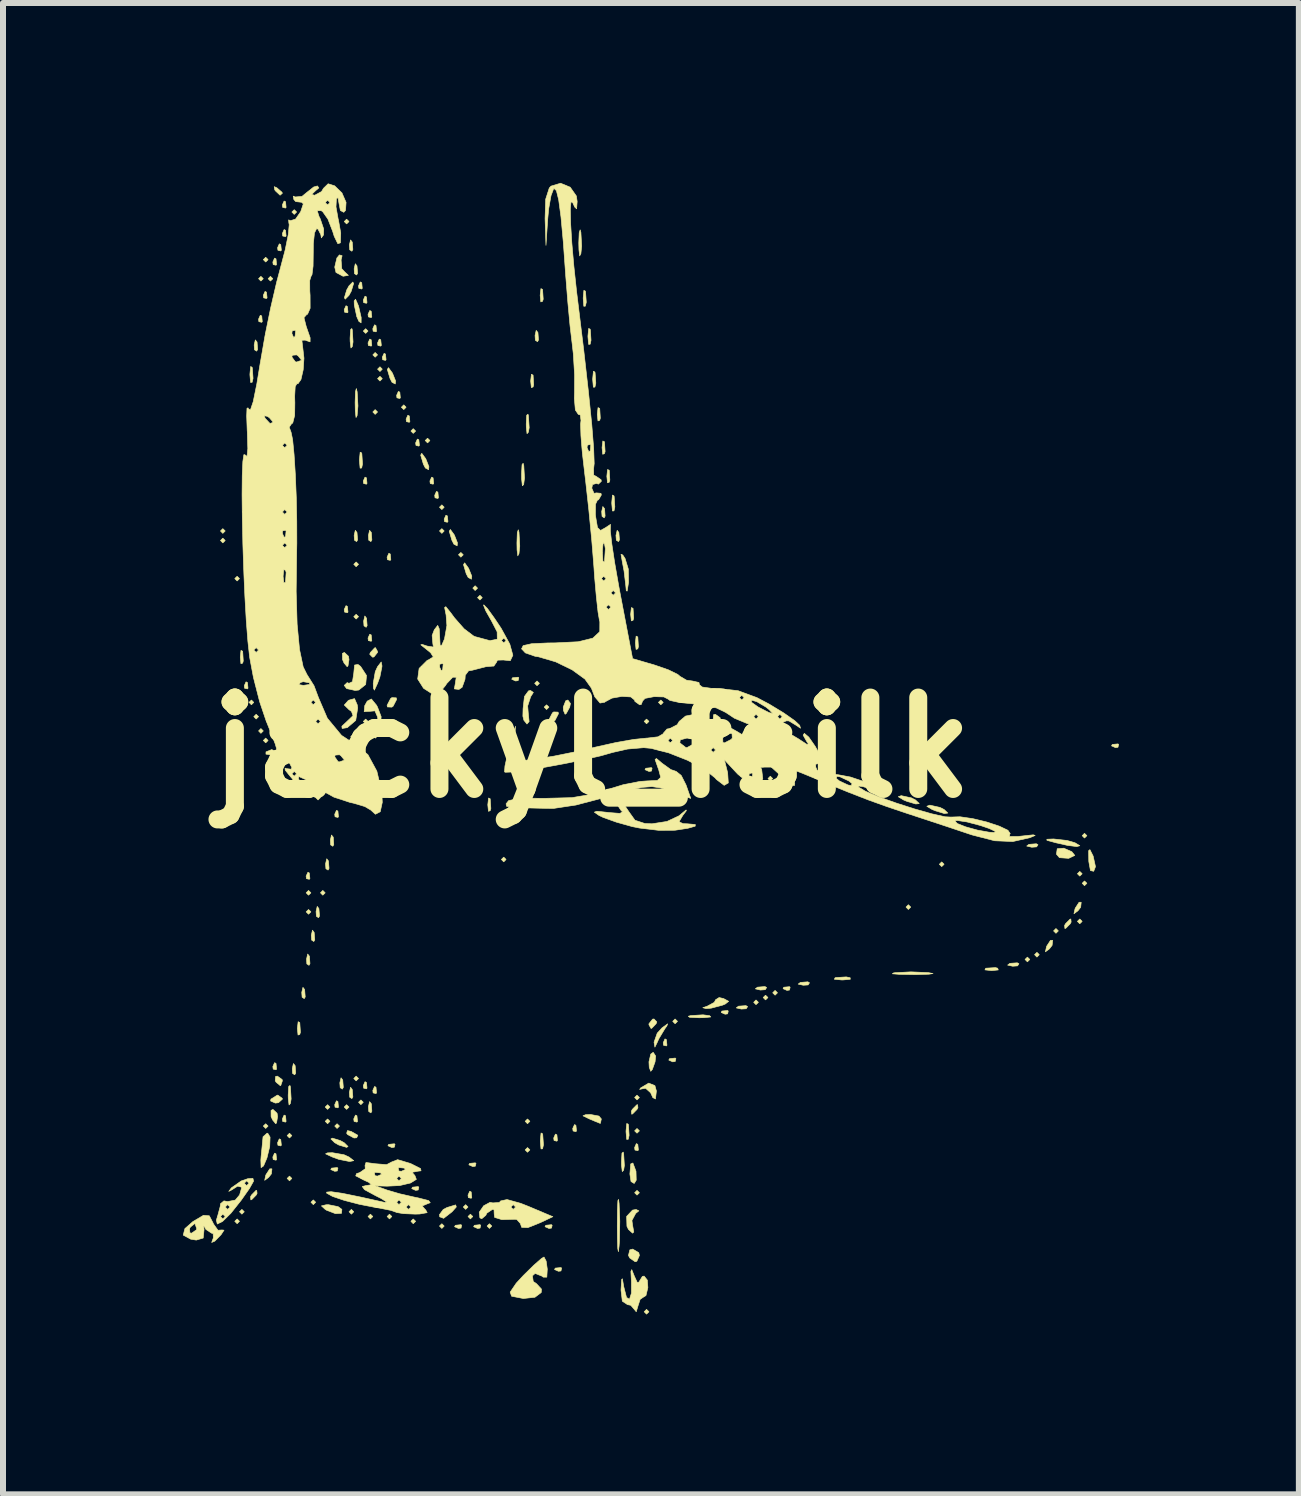
<source format=kicad_pcb>
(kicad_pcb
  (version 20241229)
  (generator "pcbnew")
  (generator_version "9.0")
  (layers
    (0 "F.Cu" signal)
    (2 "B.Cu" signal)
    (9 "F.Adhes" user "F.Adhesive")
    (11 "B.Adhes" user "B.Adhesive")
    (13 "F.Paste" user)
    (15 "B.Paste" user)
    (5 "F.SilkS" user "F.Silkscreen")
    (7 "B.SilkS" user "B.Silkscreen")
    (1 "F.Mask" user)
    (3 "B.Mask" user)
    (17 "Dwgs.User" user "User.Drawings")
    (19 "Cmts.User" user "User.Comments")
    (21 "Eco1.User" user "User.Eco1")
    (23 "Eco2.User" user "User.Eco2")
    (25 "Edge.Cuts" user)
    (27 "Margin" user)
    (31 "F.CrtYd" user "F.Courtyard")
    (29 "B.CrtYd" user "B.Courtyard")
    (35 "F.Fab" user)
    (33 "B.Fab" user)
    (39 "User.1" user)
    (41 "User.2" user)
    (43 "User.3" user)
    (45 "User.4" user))
  (footprint "jackyl_fsilk"
    (layer "F.Cu")
    (at 6.817 9.415)
    (property "Reference" "jackyl_fsilk" (at 0 0 0) (layer "F.SilkS") (effects (font (size 1.524 1.524) (thickness 0.3))))
    (attr through_hole)
    (fp_poly (pts (xy -6.112 -3.612) (xy -6.152 -3.572) (xy -6.191 -3.612) (xy -6.152 -3.651) (xy -6.112 -3.612)) (stroke (width 0.01) (type solid)) (fill yes) (layer "F.SilkS"))
    (fp_poly (pts (xy -6.112 -3.453) (xy -6.152 -3.413) (xy -6.191 -3.453) (xy -6.152 -3.493) (xy -6.112 -3.453)) (stroke (width 0.01) (type solid)) (fill yes) (layer "F.SilkS"))
    (fp_poly (pts (xy -5.874 -2.818) (xy -5.913 -2.778) (xy -5.953 -2.818) (xy -5.913 -2.857) (xy -5.874 -2.818)) (stroke (width 0.01) (type solid)) (fill yes) (layer "F.SilkS"))
    (fp_poly (pts (xy -5.874 7.898) (xy -5.913 7.938) (xy -5.953 7.898) (xy -5.913 7.858) (xy -5.874 7.898)) (stroke (width 0.01) (type solid)) (fill yes) (layer "F.SilkS"))
    (fp_poly (pts (xy -5.794 7.739) (xy -5.834 7.779) (xy -5.874 7.739) (xy -5.834 7.699) (xy -5.794 7.739)) (stroke (width 0.01) (type solid)) (fill yes) (layer "F.SilkS"))
    (fp_poly (pts (xy -5.636 -0.754) (xy -5.675 -0.714) (xy -5.715 -0.754) (xy -5.675 -0.794) (xy -5.636 -0.754)) (stroke (width 0.01) (type solid)) (fill yes) (layer "F.SilkS"))
    (fp_poly (pts (xy -5.556 -0.516) (xy -5.596 -0.476) (xy -5.636 -0.516) (xy -5.596 -0.556) (xy -5.556 -0.516)) (stroke (width 0.01) (type solid)) (fill yes) (layer "F.SilkS"))
    (fp_poly (pts (xy -5.477 -7.818) (xy -5.517 -7.779) (xy -5.556 -7.818) (xy -5.517 -7.858) (xy -5.477 -7.818)) (stroke (width 0.01) (type solid)) (fill yes) (layer "F.SilkS"))
    (fp_poly (pts (xy -5.477 -0.278) (xy -5.517 -0.238) (xy -5.556 -0.278) (xy -5.517 -0.318) (xy -5.477 -0.278)) (stroke (width 0.01) (type solid)) (fill yes) (layer "F.SilkS"))
    (fp_poly (pts (xy -5.397 -8.136) (xy -5.437 -8.096) (xy -5.477 -8.136) (xy -5.437 -8.176) (xy -5.397 -8.136)) (stroke (width 0.01) (type solid)) (fill yes) (layer "F.SilkS"))
    (fp_poly (pts (xy -5.397 -0.119) (xy -5.437 -0.079) (xy -5.477 -0.119) (xy -5.437 -0.159) (xy -5.397 -0.119)) (stroke (width 0.01) (type solid)) (fill yes) (layer "F.SilkS"))
    (fp_poly (pts (xy -5.397 6.31) (xy -5.437 6.35) (xy -5.477 6.31) (xy -5.437 6.271) (xy -5.397 6.31)) (stroke (width 0.01) (type solid)) (fill yes) (layer "F.SilkS"))
    (fp_poly (pts (xy -5.318 -7.818) (xy -5.358 -7.779) (xy -5.397 -7.818) (xy -5.358 -7.858) (xy -5.318 -7.818)) (stroke (width 0.01) (type solid)) (fill yes) (layer "F.SilkS"))
    (fp_poly (pts (xy -5.318 0.437) (xy -5.358 0.476) (xy -5.397 0.437) (xy -5.358 0.397) (xy -5.318 0.437)) (stroke (width 0.01) (type solid)) (fill yes) (layer "F.SilkS"))
    (fp_poly (pts (xy -5.001 6.469) (xy -5.04 6.509) (xy -5.08 6.469) (xy -5.04 6.429) (xy -5.001 6.469)) (stroke (width 0.01) (type solid)) (fill yes) (layer "F.SilkS"))
    (fp_poly (pts (xy -5.001 7.183) (xy -5.04 7.223) (xy -5.08 7.183) (xy -5.04 7.144) (xy -5.001 7.183)) (stroke (width 0.01) (type solid)) (fill yes) (layer "F.SilkS"))
    (fp_poly (pts (xy -4.921 -8.93) (xy -4.961 -8.89) (xy -5.001 -8.93) (xy -4.961 -8.969) (xy -4.921 -8.93)) (stroke (width 0.01) (type solid)) (fill yes) (layer "F.SilkS"))
    (fp_poly (pts (xy -4.683 2.421) (xy -4.723 2.461) (xy -4.763 2.421) (xy -4.723 2.381) (xy -4.683 2.421)) (stroke (width 0.01) (type solid)) (fill yes) (layer "F.SilkS"))
    (fp_poly (pts (xy -4.683 2.738) (xy -4.723 2.778) (xy -4.763 2.738) (xy -4.723 2.699) (xy -4.683 2.738)) (stroke (width 0.01) (type solid)) (fill yes) (layer "F.SilkS"))
    (fp_poly (pts (xy -4.604 7.58) (xy -4.643 7.62) (xy -4.683 7.58) (xy -4.643 7.541) (xy -4.604 7.58)) (stroke (width 0.01) (type solid)) (fill yes) (layer "F.SilkS"))
    (fp_poly (pts (xy -4.524 0.833) (xy -4.564 0.873) (xy -4.604 0.833) (xy -4.564 0.794) (xy -4.524 0.833)) (stroke (width 0.01) (type solid)) (fill yes) (layer "F.SilkS"))
    (fp_poly (pts (xy -4.445 2.421) (xy -4.485 2.461) (xy -4.524 2.421) (xy -4.485 2.381) (xy -4.445 2.421)) (stroke (width 0.01) (type solid)) (fill yes) (layer "F.SilkS"))
    (fp_poly (pts (xy -4.366 5.993) (xy -4.405 6.032) (xy -4.445 5.993) (xy -4.405 5.953) (xy -4.366 5.993)) (stroke (width 0.01) (type solid)) (fill yes) (layer "F.SilkS"))
    (fp_poly (pts (xy -4.366 6.231) (xy -4.405 6.271) (xy -4.445 6.231) (xy -4.405 6.191) (xy -4.366 6.231)) (stroke (width 0.01) (type solid)) (fill yes) (layer "F.SilkS"))
    (fp_poly (pts (xy -4.207 6.31) (xy -4.247 6.35) (xy -4.286 6.31) (xy -4.247 6.271) (xy -4.207 6.31)) (stroke (width 0.01) (type solid)) (fill yes) (layer "F.SilkS"))
    (fp_poly (pts (xy -4.048 -8.771) (xy -4.088 -8.731) (xy -4.128 -8.771) (xy -4.088 -8.811) (xy -4.048 -8.771)) (stroke (width 0.01) (type solid)) (fill yes) (layer "F.SilkS"))
    (fp_poly (pts (xy -4.048 5.993) (xy -4.088 6.032) (xy -4.128 5.993) (xy -4.088 5.953) (xy -4.048 5.993)) (stroke (width 0.01) (type solid)) (fill yes) (layer "F.SilkS"))
    (fp_poly (pts (xy -3.969 7.739) (xy -4.008 7.779) (xy -4.048 7.739) (xy -4.008 7.699) (xy -3.969 7.739)) (stroke (width 0.01) (type solid)) (fill yes) (layer "F.SilkS"))
    (fp_poly (pts (xy -3.889 -3.056) (xy -3.929 -3.016) (xy -3.969 -3.056) (xy -3.929 -3.096) (xy -3.889 -3.056)) (stroke (width 0.01) (type solid)) (fill yes) (layer "F.SilkS"))
    (fp_poly (pts (xy -3.889 -2.183) (xy -3.929 -2.143) (xy -3.969 -2.183) (xy -3.929 -2.223) (xy -3.889 -2.183)) (stroke (width 0.01) (type solid)) (fill yes) (layer "F.SilkS"))
    (fp_poly (pts (xy -3.889 5.517) (xy -3.929 5.556) (xy -3.969 5.517) (xy -3.929 5.477) (xy -3.889 5.517)) (stroke (width 0.01) (type solid)) (fill yes) (layer "F.SilkS"))
    (fp_poly (pts (xy -3.81 5.913) (xy -3.85 5.953) (xy -3.889 5.913) (xy -3.85 5.874) (xy -3.81 5.913)) (stroke (width 0.01) (type solid)) (fill yes) (layer "F.SilkS"))
    (fp_poly (pts (xy -3.731 -6.945) (xy -3.77 -6.906) (xy -3.81 -6.945) (xy -3.77 -6.985) (xy -3.731 -6.945)) (stroke (width 0.01) (type solid)) (fill yes) (layer "F.SilkS"))
    (fp_poly (pts (xy -3.731 -0.437) (xy -3.77 -0.397) (xy -3.81 -0.437) (xy -3.77 -0.476) (xy -3.731 -0.437)) (stroke (width 0.01) (type solid)) (fill yes) (layer "F.SilkS"))
    (fp_poly (pts (xy -3.651 7.818) (xy -3.691 7.858) (xy -3.731 7.818) (xy -3.691 7.779) (xy -3.651 7.818)) (stroke (width 0.01) (type solid)) (fill yes) (layer "F.SilkS"))
    (fp_poly (pts (xy -3.572 -6.548) (xy -3.612 -6.509) (xy -3.651 -6.548) (xy -3.612 -6.588) (xy -3.572 -6.548)) (stroke (width 0.01) (type solid)) (fill yes) (layer "F.SilkS"))
    (fp_poly (pts (xy -3.572 -5.596) (xy -3.612 -5.556) (xy -3.651 -5.596) (xy -3.612 -5.636) (xy -3.572 -5.596)) (stroke (width 0.01) (type solid)) (fill yes) (layer "F.SilkS"))
    (fp_poly (pts (xy -3.493 -6.31) (xy -3.532 -6.271) (xy -3.572 -6.31) (xy -3.532 -6.35) (xy -3.493 -6.31)) (stroke (width 0.01) (type solid)) (fill yes) (layer "F.SilkS"))
    (fp_poly (pts (xy -3.493 -6.152) (xy -3.532 -6.112) (xy -3.572 -6.152) (xy -3.532 -6.191) (xy -3.493 -6.152)) (stroke (width 0.01) (type solid)) (fill yes) (layer "F.SilkS"))
    (fp_poly (pts (xy -3.334 7.818) (xy -3.373 7.858) (xy -3.413 7.818) (xy -3.373 7.779) (xy -3.334 7.818)) (stroke (width 0.01) (type solid)) (fill yes) (layer "F.SilkS"))
    (fp_poly (pts (xy -3.096 -5.675) (xy -3.135 -5.636) (xy -3.175 -5.675) (xy -3.135 -5.715) (xy -3.096 -5.675)) (stroke (width 0.01) (type solid)) (fill yes) (layer "F.SilkS"))
    (fp_poly (pts (xy -2.937 -5.278) (xy -2.977 -5.239) (xy -3.016 -5.278) (xy -2.977 -5.318) (xy -2.937 -5.278)) (stroke (width 0.01) (type solid)) (fill yes) (layer "F.SilkS"))
    (fp_poly (pts (xy -2.937 7.898) (xy -2.977 7.938) (xy -3.016 7.898) (xy -2.977 7.858) (xy -2.937 7.898)) (stroke (width 0.01) (type solid)) (fill yes) (layer "F.SilkS"))
    (fp_poly (pts (xy -2.699 -5.12) (xy -2.738 -5.08) (xy -2.778 -5.12) (xy -2.738 -5.159) (xy -2.699 -5.12)) (stroke (width 0.01) (type solid)) (fill yes) (layer "F.SilkS"))
    (fp_poly (pts (xy -2.461 -4.008) (xy -2.5 -3.969) (xy -2.54 -4.008) (xy -2.5 -4.048) (xy -2.461 -4.008)) (stroke (width 0.01) (type solid)) (fill yes) (layer "F.SilkS"))
    (fp_poly (pts (xy -2.461 -3.612) (xy -2.5 -3.572) (xy -2.54 -3.612) (xy -2.5 -3.651) (xy -2.461 -3.612)) (stroke (width 0.01) (type solid)) (fill yes) (layer "F.SilkS"))
    (fp_poly (pts (xy -2.461 7.977) (xy -2.5 8.017) (xy -2.54 7.977) (xy -2.5 7.938) (xy -2.461 7.977)) (stroke (width 0.01) (type solid)) (fill yes) (layer "F.SilkS"))
    (fp_poly (pts (xy -2.143 -3.215) (xy -2.183 -3.175) (xy -2.223 -3.215) (xy -2.183 -3.254) (xy -2.143 -3.215)) (stroke (width 0.01) (type solid)) (fill yes) (layer "F.SilkS"))
    (fp_poly (pts (xy -2.064 7.66) (xy -2.103 7.699) (xy -2.143 7.66) (xy -2.103 7.62) (xy -2.064 7.66)) (stroke (width 0.01) (type solid)) (fill yes) (layer "F.SilkS"))
    (fp_poly (pts (xy -1.984 7.818) (xy -2.024 7.858) (xy -2.064 7.818) (xy -2.024 7.779) (xy -1.984 7.818)) (stroke (width 0.01) (type solid)) (fill yes) (layer "F.SilkS"))
    (fp_poly (pts (xy -1.905 -2.659) (xy -1.945 -2.619) (xy -1.984 -2.659) (xy -1.945 -2.699) (xy -1.905 -2.659)) (stroke (width 0.01) (type solid)) (fill yes) (layer "F.SilkS"))
    (fp_poly (pts (xy -1.826 -2.5) (xy -1.865 -2.461) (xy -1.905 -2.5) (xy -1.865 -2.54) (xy -1.826 -2.5)) (stroke (width 0.01) (type solid)) (fill yes) (layer "F.SilkS"))
    (fp_poly (pts (xy -1.667 7.977) (xy -1.707 8.017) (xy -1.746 7.977) (xy -1.707 7.938) (xy -1.667 7.977)) (stroke (width 0.01) (type solid)) (fill yes) (layer "F.SilkS"))
    (fp_poly (pts (xy -1.429 1.865) (xy -1.468 1.905) (xy -1.508 1.865) (xy -1.468 1.826) (xy -1.429 1.865)) (stroke (width 0.01) (type solid)) (fill yes) (layer "F.SilkS"))
    (fp_poly (pts (xy -1.032 6.231) (xy -1.072 6.271) (xy -1.111 6.231) (xy -1.072 6.191) (xy -1.032 6.231)) (stroke (width 0.01) (type solid)) (fill yes) (layer "F.SilkS"))
    (fp_poly (pts (xy -1.032 6.707) (xy -1.072 6.747) (xy -1.111 6.707) (xy -1.072 6.668) (xy -1.032 6.707)) (stroke (width 0.01) (type solid)) (fill yes) (layer "F.SilkS"))
    (fp_poly (pts (xy -0.873 -1.072) (xy -0.913 -1.032) (xy -0.953 -1.072) (xy -0.913 -1.111) (xy -0.873 -1.072)) (stroke (width 0.01) (type solid)) (fill yes) (layer "F.SilkS"))
    (fp_poly (pts (xy -0.714 -0.675) (xy -0.754 -0.635) (xy -0.794 -0.675) (xy -0.754 -0.714) (xy -0.714 -0.675)) (stroke (width 0.01) (type solid)) (fill yes) (layer "F.SilkS"))
    (fp_poly (pts (xy 0 -0.595) (xy -0.04 -0.556) (xy -0.079 -0.595) (xy -0.04 -0.635) (xy 0 -0.595)) (stroke (width 0.01) (type solid)) (fill yes) (layer "F.SilkS"))
    (fp_poly (pts (xy 0.794 5.834) (xy 0.754 5.874) (xy 0.714 5.834) (xy 0.754 5.794) (xy 0.794 5.834)) (stroke (width 0.01) (type solid)) (fill yes) (layer "F.SilkS"))
    (fp_poly (pts (xy 0.794 6.39) (xy 0.754 6.429) (xy 0.714 6.39) (xy 0.754 6.35) (xy 0.794 6.39)) (stroke (width 0.01) (type solid)) (fill yes) (layer "F.SilkS"))
    (fp_poly (pts (xy 0.794 7.422) (xy 0.754 7.461) (xy 0.714 7.422) (xy 0.754 7.382) (xy 0.794 7.422)) (stroke (width 0.01) (type solid)) (fill yes) (layer "F.SilkS"))
    (fp_poly (pts (xy 0.953 -0.437) (xy 0.913 -0.397) (xy 0.873 -0.437) (xy 0.913 -0.476) (xy 0.953 -0.437)) (stroke (width 0.01) (type solid)) (fill yes) (layer "F.SilkS"))
    (fp_poly (pts (xy 0.953 9.406) (xy 0.913 9.446) (xy 0.873 9.406) (xy 0.913 9.366) (xy 0.953 9.406)) (stroke (width 0.01) (type solid)) (fill yes) (layer "F.SilkS"))
    (fp_poly (pts (xy 1.191 -0.754) (xy 1.151 -0.714) (xy 1.111 -0.754) (xy 1.151 -0.794) (xy 1.191 -0.754)) (stroke (width 0.01) (type solid)) (fill yes) (layer "F.SilkS"))
    (fp_poly (pts (xy 1.429 4.564) (xy 1.389 4.604) (xy 1.349 4.564) (xy 1.389 4.524) (xy 1.429 4.564)) (stroke (width 0.01) (type solid)) (fill yes) (layer "F.SilkS"))
    (fp_poly (pts (xy 2.778 4.247) (xy 2.738 4.286) (xy 2.699 4.247) (xy 2.738 4.207) (xy 2.778 4.247)) (stroke (width 0.01) (type solid)) (fill yes) (layer "F.SilkS"))
    (fp_poly (pts (xy 2.937 4.167) (xy 2.897 4.207) (xy 2.857 4.167) (xy 2.897 4.128) (xy 2.937 4.167)) (stroke (width 0.01) (type solid)) (fill yes) (layer "F.SilkS"))
    (fp_poly (pts (xy 3.016 0.516) (xy 2.977 0.556) (xy 2.937 0.516) (xy 2.977 0.476) (xy 3.016 0.516)) (stroke (width 0.01) (type solid)) (fill yes) (layer "F.SilkS"))
    (fp_poly (pts (xy 3.096 4.088) (xy 3.056 4.128) (xy 3.016 4.088) (xy 3.056 4.048) (xy 3.096 4.088)) (stroke (width 0.01) (type solid)) (fill yes) (layer "F.SilkS"))
    (fp_poly (pts (xy 5.318 2.659) (xy 5.278 2.699) (xy 5.239 2.659) (xy 5.278 2.619) (xy 5.318 2.659)) (stroke (width 0.01) (type solid)) (fill yes) (layer "F.SilkS"))
    (fp_poly (pts (xy 5.874 1.945) (xy 5.834 1.984) (xy 5.794 1.945) (xy 5.834 1.905) (xy 5.874 1.945)) (stroke (width 0.01) (type solid)) (fill yes) (layer "F.SilkS"))
    (fp_poly (pts (xy 7.303 3.532) (xy 7.263 3.572) (xy 7.223 3.532) (xy 7.263 3.493) (xy 7.303 3.532)) (stroke (width 0.01) (type solid)) (fill yes) (layer "F.SilkS"))
    (fp_poly (pts (xy 7.461 3.453) (xy 7.422 3.493) (xy 7.382 3.453) (xy 7.422 3.413) (xy 7.461 3.453)) (stroke (width 0.01) (type solid)) (fill yes) (layer "F.SilkS"))
    (fp_poly (pts (xy 7.779 3.056) (xy 7.739 3.096) (xy 7.699 3.056) (xy 7.739 3.016) (xy 7.779 3.056)) (stroke (width 0.01) (type solid)) (fill yes) (layer "F.SilkS"))
    (fp_poly (pts (xy 8.176 2.103) (xy 8.136 2.143) (xy 8.096 2.103) (xy 8.136 2.064) (xy 8.176 2.103)) (stroke (width 0.01) (type solid)) (fill yes) (layer "F.SilkS"))
    (fp_poly (pts (xy 8.176 2.897) (xy 8.136 2.937) (xy 8.096 2.897) (xy 8.136 2.857) (xy 8.176 2.897)) (stroke (width 0.01) (type solid)) (fill yes) (layer "F.SilkS"))
    (fp_poly (pts (xy 8.255 1.468) (xy 8.215 1.508) (xy 8.176 1.468) (xy 8.215 1.429) (xy 8.255 1.468)) (stroke (width 0.01) (type solid)) (fill yes) (layer "F.SilkS"))
    (fp_poly (pts (xy 8.255 2.262) (xy 8.215 2.302) (xy 8.176 2.262) (xy 8.215 2.223) (xy 8.255 2.262)) (stroke (width 0.01) (type solid)) (fill yes) (layer "F.SilkS"))
    (fp_poly (pts (xy -5.821 -1.607) (xy -5.811 -1.445) (xy -5.821 -1.409) (xy -5.85 -1.399) (xy -5.861 -1.508) (xy -5.849 -1.621) (xy -5.821 -1.607)) (stroke (width 0.01) (type solid)) (fill yes) (layer "F.SilkS"))
    (fp_poly (pts (xy -5.741 -1.085) (xy -5.732 -0.991) (xy -5.741 -0.979) (xy -5.789 -0.99) (xy -5.794 -1.032) (xy -5.765 -1.097) (xy -5.741 -1.085)) (stroke (width 0.01) (type solid)) (fill yes) (layer "F.SilkS"))
    (fp_poly (pts (xy -5.581 -6.762) (xy -5.572 -6.638) (xy -5.588 -6.61) (xy -5.624 -6.633) (xy -5.629 -6.714) (xy -5.61 -6.798) (xy -5.581 -6.762)) (stroke (width 0.01) (type solid)) (fill yes) (layer "F.SilkS"))
    (fp_poly (pts (xy -5.503 -7.197) (xy -5.494 -7.102) (xy -5.503 -7.091) (xy -5.551 -7.102) (xy -5.556 -7.144) (xy -5.527 -7.209) (xy -5.503 -7.197)) (stroke (width 0.01) (type solid)) (fill yes) (layer "F.SilkS"))
    (fp_poly (pts (xy -5.424 -7.594) (xy -5.414 -7.499) (xy -5.424 -7.488) (xy -5.471 -7.499) (xy -5.477 -7.541) (xy -5.448 -7.606) (xy -5.424 -7.594)) (stroke (width 0.01) (type solid)) (fill yes) (layer "F.SilkS"))
    (fp_poly (pts (xy -5.265 -8.149) (xy -5.256 -8.055) (xy -5.265 -8.043) (xy -5.312 -8.054) (xy -5.318 -8.096) (xy -5.289 -8.162) (xy -5.265 -8.149)) (stroke (width 0.01) (type solid)) (fill yes) (layer "F.SilkS"))
    (fp_poly (pts (xy -5.265 5.265) (xy -5.256 5.359) (xy -5.265 5.371) (xy -5.312 5.36) (xy -5.318 5.318) (xy -5.289 5.253) (xy -5.265 5.265)) (stroke (width 0.01) (type solid)) (fill yes) (layer "F.SilkS"))
    (fp_poly (pts (xy -5.265 6.773) (xy -5.256 6.868) (xy -5.265 6.879) (xy -5.312 6.868) (xy -5.318 6.826) (xy -5.289 6.761) (xy -5.265 6.773)) (stroke (width 0.01) (type solid)) (fill yes) (layer "F.SilkS"))
    (fp_poly (pts (xy -5.186 -8.387) (xy -5.176 -8.293) (xy -5.186 -8.281) (xy -5.233 -8.292) (xy -5.239 -8.334) (xy -5.21 -8.4) (xy -5.186 -8.387)) (stroke (width 0.01) (type solid)) (fill yes) (layer "F.SilkS"))
    (fp_poly (pts (xy -5.186 6.535) (xy -5.176 6.629) (xy -5.186 6.641) (xy -5.233 6.63) (xy -5.239 6.588) (xy -5.21 6.523) (xy -5.186 6.535)) (stroke (width 0.01) (type solid)) (fill yes) (layer "F.SilkS"))
    (fp_poly (pts (xy -5.106 -9.102) (xy -5.097 -9.007) (xy -5.106 -8.996) (xy -5.154 -9.007) (xy -5.159 -9.049) (xy -5.13 -9.114) (xy -5.106 -9.102)) (stroke (width 0.01) (type solid)) (fill yes) (layer "F.SilkS"))
    (fp_poly (pts (xy -5.106 -8.625) (xy -5.097 -8.531) (xy -5.106 -8.52) (xy -5.154 -8.53) (xy -5.159 -8.572) (xy -5.13 -8.638) (xy -5.106 -8.625)) (stroke (width 0.01) (type solid)) (fill yes) (layer "F.SilkS"))
    (fp_poly (pts (xy -5.106 6.138) (xy -5.097 6.233) (xy -5.106 6.244) (xy -5.154 6.233) (xy -5.159 6.191) (xy -5.13 6.126) (xy -5.106 6.138)) (stroke (width 0.01) (type solid)) (fill yes) (layer "F.SilkS"))
    (fp_poly (pts (xy -4.946 5.303) (xy -4.937 5.427) (xy -4.953 5.455) (xy -4.989 5.432) (xy -4.994 5.351) (xy -4.975 5.267) (xy -4.946 5.303)) (stroke (width 0.01) (type solid)) (fill yes) (layer "F.SilkS"))
    (fp_poly (pts (xy -4.869 4.584) (xy -4.858 4.746) (xy -4.869 4.782) (xy -4.898 4.792) (xy -4.909 4.683) (xy -4.896 4.57) (xy -4.869 4.584)) (stroke (width 0.01) (type solid)) (fill yes) (layer "F.SilkS"))
    (fp_poly (pts (xy -4.788 4.033) (xy -4.778 4.157) (xy -4.794 4.185) (xy -4.83 4.162) (xy -4.836 4.081) (xy -4.816 3.997) (xy -4.788 4.033)) (stroke (width 0.01) (type solid)) (fill yes) (layer "F.SilkS"))
    (fp_poly (pts (xy -4.71 2.09) (xy -4.7 2.184) (xy -4.71 2.196) (xy -4.757 2.185) (xy -4.763 2.143) (xy -4.733 2.078) (xy -4.71 2.09)) (stroke (width 0.01) (type solid)) (fill yes) (layer "F.SilkS"))
    (fp_poly (pts (xy -4.708 3.478) (xy -4.699 3.602) (xy -4.715 3.63) (xy -4.751 3.606) (xy -4.756 3.526) (xy -4.737 3.441) (xy -4.708 3.478)) (stroke (width 0.01) (type solid)) (fill yes) (layer "F.SilkS"))
    (fp_poly (pts (xy -4.629 3.081) (xy -4.619 3.205) (xy -4.635 3.233) (xy -4.671 3.209) (xy -4.677 3.129) (xy -4.657 3.044) (xy -4.629 3.081)) (stroke (width 0.01) (type solid)) (fill yes) (layer "F.SilkS"))
    (fp_poly (pts (xy -4.55 2.684) (xy -4.54 2.808) (xy -4.556 2.836) (xy -4.592 2.812) (xy -4.597 2.732) (xy -4.578 2.647) (xy -4.55 2.684)) (stroke (width 0.01) (type solid)) (fill yes) (layer "F.SilkS"))
    (fp_poly (pts (xy -4.391 1.89) (xy -4.381 2.014) (xy -4.397 2.042) (xy -4.433 2.019) (xy -4.439 1.938) (xy -4.419 1.853) (xy -4.391 1.89)) (stroke (width 0.01) (type solid)) (fill yes) (layer "F.SilkS"))
    (fp_poly (pts (xy -4.311 1.493) (xy -4.302 1.617) (xy -4.318 1.645) (xy -4.354 1.622) (xy -4.359 1.541) (xy -4.34 1.457) (xy -4.311 1.493)) (stroke (width 0.01) (type solid)) (fill yes) (layer "F.SilkS"))
    (fp_poly (pts (xy -4.233 1.058) (xy -4.224 1.153) (xy -4.233 1.164) (xy -4.281 1.153) (xy -4.286 1.111) (xy -4.257 1.046) (xy -4.233 1.058)) (stroke (width 0.01) (type solid)) (fill yes) (layer "F.SilkS"))
    (fp_poly (pts (xy -4.233 5.9) (xy -4.224 5.994) (xy -4.233 6.006) (xy -4.281 5.995) (xy -4.286 5.953) (xy -4.257 5.888) (xy -4.233 5.9)) (stroke (width 0.01) (type solid)) (fill yes) (layer "F.SilkS"))
    (fp_poly (pts (xy -4.233 7.011) (xy -4.244 7.059) (xy -4.286 7.064) (xy -4.352 7.035) (xy -4.339 7.011) (xy -4.245 7.002) (xy -4.233 7.011)) (stroke (width 0.01) (type solid)) (fill yes) (layer "F.SilkS"))
    (fp_poly (pts (xy -4.153 5.541) (xy -4.143 5.665) (xy -4.159 5.694) (xy -4.195 5.67) (xy -4.201 5.589) (xy -4.181 5.505) (xy -4.153 5.541)) (stroke (width 0.01) (type solid)) (fill yes) (layer "F.SilkS"))
    (fp_poly (pts (xy -4.075 -7.355) (xy -4.065 -7.261) (xy -4.075 -7.25) (xy -4.122 -7.26) (xy -4.128 -7.303) (xy -4.098 -7.368) (xy -4.075 -7.355)) (stroke (width 0.01) (type solid)) (fill yes) (layer "F.SilkS"))
    (fp_poly (pts (xy -4.075 -2.355) (xy -4.065 -2.261) (xy -4.075 -2.249) (xy -4.122 -2.26) (xy -4.128 -2.302) (xy -4.098 -2.367) (xy -4.075 -2.355)) (stroke (width 0.01) (type solid)) (fill yes) (layer "F.SilkS"))
    (fp_poly (pts (xy -3.994 -8.429) (xy -3.984 -8.305) (xy -4 -8.276) (xy -4.036 -8.3) (xy -4.042 -8.381) (xy -4.022 -8.465) (xy -3.994 -8.429)) (stroke (width 0.01) (type solid)) (fill yes) (layer "F.SilkS"))
    (fp_poly (pts (xy -3.994 5.7) (xy -3.984 5.824) (xy -4 5.852) (xy -4.036 5.829) (xy -4.042 5.748) (xy -4.022 5.663) (xy -3.994 5.7)) (stroke (width 0.01) (type solid)) (fill yes) (layer "F.SilkS"))
    (fp_poly (pts (xy -3.916 6.138) (xy -3.906 6.233) (xy -3.916 6.244) (xy -3.963 6.233) (xy -3.969 6.191) (xy -3.94 6.126) (xy -3.916 6.138)) (stroke (width 0.01) (type solid)) (fill yes) (layer "F.SilkS"))
    (fp_poly (pts (xy -3.915 -8.032) (xy -3.905 -7.908) (xy -3.921 -7.88) (xy -3.957 -7.903) (xy -3.962 -7.984) (xy -3.943 -8.068) (xy -3.915 -8.032)) (stroke (width 0.01) (type solid)) (fill yes) (layer "F.SilkS"))
    (fp_poly (pts (xy -3.915 -3.587) (xy -3.905 -3.463) (xy -3.921 -3.435) (xy -3.957 -3.458) (xy -3.962 -3.539) (xy -3.943 -3.623) (xy -3.915 -3.587)) (stroke (width 0.01) (type solid)) (fill yes) (layer "F.SilkS"))
    (fp_poly (pts (xy -3.836 -7.752) (xy -3.827 -7.658) (xy -3.836 -7.646) (xy -3.884 -7.657) (xy -3.889 -7.699) (xy -3.86 -7.765) (xy -3.836 -7.752)) (stroke (width 0.01) (type solid)) (fill yes) (layer "F.SilkS"))
    (fp_poly (pts (xy -3.831 -0.207) (xy -3.855 -0.171) (xy -3.936 -0.165) (xy -4.02 -0.184) (xy -3.984 -0.213) (xy -3.86 -0.222) (xy -3.831 -0.207)) (stroke (width 0.01) (type solid)) (fill yes) (layer "F.SilkS"))
    (fp_poly (pts (xy -3.757 -7.514) (xy -3.748 -7.42) (xy -3.757 -7.408) (xy -3.804 -7.419) (xy -3.81 -7.461) (xy -3.781 -7.527) (xy -3.757 -7.514)) (stroke (width 0.01) (type solid)) (fill yes) (layer "F.SilkS"))
    (fp_poly (pts (xy -3.757 -4.498) (xy -3.748 -4.404) (xy -3.757 -4.392) (xy -3.804 -4.403) (xy -3.81 -4.445) (xy -3.781 -4.51) (xy -3.757 -4.498)) (stroke (width 0.01) (type solid)) (fill yes) (layer "F.SilkS"))
    (fp_poly (pts (xy -3.757 5.583) (xy -3.748 5.677) (xy -3.757 5.689) (xy -3.804 5.678) (xy -3.81 5.636) (xy -3.781 5.57) (xy -3.757 5.583)) (stroke (width 0.01) (type solid)) (fill yes) (layer "F.SilkS"))
    (fp_poly (pts (xy -3.756 -2.158) (xy -3.746 -2.034) (xy -3.762 -2.006) (xy -3.798 -2.03) (xy -3.804 -2.11) (xy -3.784 -2.195) (xy -3.756 -2.158)) (stroke (width 0.01) (type solid)) (fill yes) (layer "F.SilkS"))
    (fp_poly (pts (xy -3.678 -7.276) (xy -3.668 -7.182) (xy -3.678 -7.17) (xy -3.725 -7.181) (xy -3.731 -7.223) (xy -3.702 -7.288) (xy -3.678 -7.276)) (stroke (width 0.01) (type solid)) (fill yes) (layer "F.SilkS"))
    (fp_poly (pts (xy -3.678 -6.8) (xy -3.668 -6.706) (xy -3.678 -6.694) (xy -3.725 -6.705) (xy -3.731 -6.747) (xy -3.702 -6.812) (xy -3.678 -6.8)) (stroke (width 0.01) (type solid)) (fill yes) (layer "F.SilkS"))
    (fp_poly (pts (xy -3.678 -1.879) (xy -3.668 -1.784) (xy -3.678 -1.773) (xy -3.725 -1.784) (xy -3.731 -1.826) (xy -3.702 -1.891) (xy -3.678 -1.879)) (stroke (width 0.01) (type solid)) (fill yes) (layer "F.SilkS"))
    (fp_poly (pts (xy -3.676 -3.587) (xy -3.667 -3.463) (xy -3.683 -3.435) (xy -3.719 -3.458) (xy -3.724 -3.539) (xy -3.705 -3.623) (xy -3.676 -3.587)) (stroke (width 0.01) (type solid)) (fill yes) (layer "F.SilkS"))
    (fp_poly (pts (xy -3.676 5.938) (xy -3.667 6.062) (xy -3.683 6.09) (xy -3.719 6.067) (xy -3.724 5.986) (xy -3.705 5.902) (xy -3.676 5.938)) (stroke (width 0.01) (type solid)) (fill yes) (layer "F.SilkS"))
    (fp_poly (pts (xy -3.598 -7.038) (xy -3.589 -6.944) (xy -3.598 -6.932) (xy -3.646 -6.943) (xy -3.651 -6.985) (xy -3.622 -7.05) (xy -3.598 -7.038)) (stroke (width 0.01) (type solid)) (fill yes) (layer "F.SilkS"))
    (fp_poly (pts (xy -3.598 5.662) (xy -3.589 5.756) (xy -3.598 5.768) (xy -3.646 5.757) (xy -3.651 5.715) (xy -3.622 5.65) (xy -3.598 5.662)) (stroke (width 0.01) (type solid)) (fill yes) (layer "F.SilkS"))
    (fp_poly (pts (xy -3.519 -6.8) (xy -3.509 -6.706) (xy -3.519 -6.694) (xy -3.566 -6.705) (xy -3.572 -6.747) (xy -3.543 -6.812) (xy -3.519 -6.8)) (stroke (width 0.01) (type solid)) (fill yes) (layer "F.SilkS"))
    (fp_poly (pts (xy -3.44 -6.562) (xy -3.43 -6.467) (xy -3.44 -6.456) (xy -3.487 -6.467) (xy -3.493 -6.509) (xy -3.463 -6.574) (xy -3.44 -6.562)) (stroke (width 0.01) (type solid)) (fill yes) (layer "F.SilkS"))
    (fp_poly (pts (xy -3.36 -3.228) (xy -3.351 -3.134) (xy -3.36 -3.122) (xy -3.407 -3.133) (xy -3.413 -3.175) (xy -3.384 -3.24) (xy -3.36 -3.228)) (stroke (width 0.01) (type solid)) (fill yes) (layer "F.SilkS"))
    (fp_poly (pts (xy -3.281 6.615) (xy -3.292 6.662) (xy -3.334 6.668) (xy -3.399 6.638) (xy -3.387 6.615) (xy -3.292 6.605) (xy -3.281 6.615)) (stroke (width 0.01) (type solid)) (fill yes) (layer "F.SilkS"))
    (fp_poly (pts (xy -3.201 -5.927) (xy -3.192 -5.832) (xy -3.201 -5.821) (xy -3.249 -5.832) (xy -3.254 -5.874) (xy -3.225 -5.939) (xy -3.201 -5.927)) (stroke (width 0.01) (type solid)) (fill yes) (layer "F.SilkS"))
    (fp_poly (pts (xy -3.043 -5.53) (xy -3.033 -5.436) (xy -3.043 -5.424) (xy -3.09 -5.435) (xy -3.096 -5.477) (xy -3.067 -5.542) (xy -3.043 -5.53)) (stroke (width 0.01) (type solid)) (fill yes) (layer "F.SilkS"))
    (fp_poly (pts (xy -2.884 -5.133) (xy -2.874 -5.039) (xy -2.884 -5.027) (xy -2.931 -5.038) (xy -2.937 -5.08) (xy -2.908 -5.145) (xy -2.884 -5.133)) (stroke (width 0.01) (type solid)) (fill yes) (layer "F.SilkS"))
    (fp_poly (pts (xy -2.884 7.329) (xy -2.895 7.376) (xy -2.937 7.382) (xy -3.002 7.353) (xy -2.99 7.329) (xy -2.896 7.319) (xy -2.884 7.329)) (stroke (width 0.01) (type solid)) (fill yes) (layer "F.SilkS"))
    (fp_poly (pts (xy -2.646 -4.498) (xy -2.636 -4.404) (xy -2.646 -4.392) (xy -2.693 -4.403) (xy -2.699 -4.445) (xy -2.67 -4.51) (xy -2.646 -4.498)) (stroke (width 0.01) (type solid)) (fill yes) (layer "F.SilkS"))
    (fp_poly (pts (xy -2.566 -4.26) (xy -2.557 -4.166) (xy -2.566 -4.154) (xy -2.614 -4.165) (xy -2.619 -4.207) (xy -2.59 -4.272) (xy -2.566 -4.26)) (stroke (width 0.01) (type solid)) (fill yes) (layer "F.SilkS"))
    (fp_poly (pts (xy -2.408 -3.863) (xy -2.398 -3.769) (xy -2.408 -3.757) (xy -2.455 -3.768) (xy -2.461 -3.81) (xy -2.432 -3.875) (xy -2.408 -3.863)) (stroke (width 0.01) (type solid)) (fill yes) (layer "F.SilkS"))
    (fp_poly (pts (xy -2.17 7.964) (xy -2.18 8.011) (xy -2.223 8.017) (xy -2.288 7.988) (xy -2.275 7.964) (xy -2.181 7.954) (xy -2.17 7.964)) (stroke (width 0.01) (type solid)) (fill yes) (layer "F.SilkS"))
    (fp_poly (pts (xy -2.011 7.408) (xy -2.001 7.503) (xy -2.011 7.514) (xy -2.058 7.503) (xy -2.064 7.461) (xy -2.035 7.396) (xy -2.011 7.408)) (stroke (width 0.01) (type solid)) (fill yes) (layer "F.SilkS"))
    (fp_poly (pts (xy -1.931 6.932) (xy -1.942 6.979) (xy -1.984 6.985) (xy -2.05 6.956) (xy -2.037 6.932) (xy -1.943 6.923) (xy -1.931 6.932)) (stroke (width 0.01) (type solid)) (fill yes) (layer "F.SilkS"))
    (fp_poly (pts (xy -1.852 7.964) (xy -1.863 8.011) (xy -1.905 8.017) (xy -1.97 7.988) (xy -1.958 7.964) (xy -1.864 7.954) (xy -1.852 7.964)) (stroke (width 0.01) (type solid)) (fill yes) (layer "F.SilkS"))
    (fp_poly (pts (xy -1.694 0.853) (xy -1.683 1.016) (xy -1.694 1.052) (xy -1.723 1.062) (xy -1.734 0.953) (xy -1.721 0.84) (xy -1.694 0.853)) (stroke (width 0.01) (type solid)) (fill yes) (layer "F.SilkS"))
    (fp_poly (pts (xy -1.455 1.138) (xy -1.446 1.232) (xy -1.455 1.244) (xy -1.502 1.233) (xy -1.508 1.191) (xy -1.479 1.125) (xy -1.455 1.138)) (stroke (width 0.01) (type solid)) (fill yes) (layer "F.SilkS"))
    (fp_poly (pts (xy -1.217 -1.164) (xy -1.228 -1.117) (xy -1.27 -1.111) (xy -1.335 -1.14) (xy -1.323 -1.164) (xy -1.229 -1.174) (xy -1.217 -1.164)) (stroke (width 0.01) (type solid)) (fill yes) (layer "F.SilkS"))
    (fp_poly (pts (xy -0.979 -6.211) (xy -0.969 -6.049) (xy -0.979 -6.013) (xy -1.008 -6.003) (xy -1.019 -6.112) (xy -1.007 -6.225) (xy -0.979 -6.211)) (stroke (width 0.01) (type solid)) (fill yes) (layer "F.SilkS"))
    (fp_poly (pts (xy -0.898 -6.921) (xy -0.889 -6.796) (xy -0.905 -6.768) (xy -0.941 -6.792) (xy -0.946 -6.873) (xy -0.927 -6.957) (xy -0.898 -6.921)) (stroke (width 0.01) (type solid)) (fill yes) (layer "F.SilkS"))
    (fp_poly (pts (xy -0.821 -7.64) (xy -0.81 -7.477) (xy -0.821 -7.441) (xy -0.85 -7.431) (xy -0.861 -7.541) (xy -0.848 -7.653) (xy -0.821 -7.64)) (stroke (width 0.01) (type solid)) (fill yes) (layer "F.SilkS"))
    (fp_poly (pts (xy -0.661 7.964) (xy -0.672 8.011) (xy -0.714 8.017) (xy -0.78 7.988) (xy -0.767 7.964) (xy -0.673 7.954) (xy -0.661 7.964)) (stroke (width 0.01) (type solid)) (fill yes) (layer "F.SilkS"))
    (fp_poly (pts (xy -0.582 6.456) (xy -0.573 6.55) (xy -0.582 6.562) (xy -0.629 6.551) (xy -0.635 6.509) (xy -0.606 6.443) (xy -0.582 6.456)) (stroke (width 0.01) (type solid)) (fill yes) (layer "F.SilkS"))
    (fp_poly (pts (xy -0.503 8.678) (xy -0.514 8.726) (xy -0.556 8.731) (xy -0.621 8.702) (xy -0.609 8.678) (xy -0.514 8.669) (xy -0.503 8.678)) (stroke (width 0.01) (type solid)) (fill yes) (layer "F.SilkS"))
    (fp_poly (pts (xy -0.265 6.297) (xy -0.255 6.391) (xy -0.265 6.403) (xy -0.312 6.392) (xy -0.318 6.35) (xy -0.288 6.285) (xy -0.265 6.297)) (stroke (width 0.01) (type solid)) (fill yes) (layer "F.SilkS"))
    (fp_poly (pts (xy 0.132 -5.655) (xy 0.142 -5.493) (xy 0.132 -5.457) (xy 0.103 -5.447) (xy 0.092 -5.556) (xy 0.104 -5.669) (xy 0.132 -5.655)) (stroke (width 0.01) (type solid)) (fill yes) (layer "F.SilkS"))
    (fp_poly (pts (xy 0.211 -5.1) (xy 0.222 -4.937) (xy 0.211 -4.901) (xy 0.182 -4.891) (xy 0.171 -5.001) (xy 0.184 -5.113) (xy 0.211 -5.1)) (stroke (width 0.01) (type solid)) (fill yes) (layer "F.SilkS"))
    (fp_poly (pts (xy 0.213 -3.984) (xy 0.222 -3.86) (xy 0.207 -3.831) (xy 0.171 -3.855) (xy 0.165 -3.936) (xy 0.184 -4.02) (xy 0.213 -3.984)) (stroke (width 0.01) (type solid)) (fill yes) (layer "F.SilkS"))
    (fp_poly (pts (xy 0.291 -4.624) (xy 0.301 -4.461) (xy 0.291 -4.425) (xy 0.262 -4.415) (xy 0.251 -4.524) (xy 0.263 -4.637) (xy 0.291 -4.624)) (stroke (width 0.01) (type solid)) (fill yes) (layer "F.SilkS"))
    (fp_poly (pts (xy 0.451 -3.587) (xy 0.461 -3.463) (xy 0.445 -3.435) (xy 0.409 -3.458) (xy 0.403 -3.539) (xy 0.423 -3.623) (xy 0.451 -3.587)) (stroke (width 0.01) (type solid)) (fill yes) (layer "F.SilkS"))
    (fp_poly (pts (xy 0.688 -2.322) (xy 0.698 -2.159) (xy 0.688 -2.123) (xy 0.659 -2.113) (xy 0.648 -2.223) (xy 0.66 -2.335) (xy 0.688 -2.322)) (stroke (width 0.01) (type solid)) (fill yes) (layer "F.SilkS"))
    (fp_poly (pts (xy 0.767 -1.845) (xy 0.777 -1.683) (xy 0.767 -1.647) (xy 0.738 -1.637) (xy 0.727 -1.746) (xy 0.739 -1.859) (xy 0.767 -1.845)) (stroke (width 0.01) (type solid)) (fill yes) (layer "F.SilkS"))
    (fp_poly (pts (xy 0.767 6.615) (xy 0.777 6.709) (xy 0.767 6.72) (xy 0.72 6.71) (xy 0.714 6.668) (xy 0.743 6.602) (xy 0.767 6.615)) (stroke (width 0.01) (type solid)) (fill yes) (layer "F.SilkS"))
    (fp_poly (pts (xy 1.005 0.344) (xy 0.995 0.391) (xy 0.953 0.397) (xy 0.887 0.368) (xy 0.9 0.344) (xy 0.994 0.334) (xy 1.005 0.344)) (stroke (width 0.01) (type solid)) (fill yes) (layer "F.SilkS"))
    (fp_poly (pts (xy 1.244 4.868) (xy 1.253 4.963) (xy 1.244 4.974) (xy 1.196 4.963) (xy 1.191 4.921) (xy 1.22 4.856) (xy 1.244 4.868)) (stroke (width 0.01) (type solid)) (fill yes) (layer "F.SilkS"))
    (fp_poly (pts (xy 1.402 5.186) (xy 1.391 5.233) (xy 1.349 5.239) (xy 1.284 5.21) (xy 1.296 5.186) (xy 1.391 5.176) (xy 1.402 5.186)) (stroke (width 0.01) (type solid)) (fill yes) (layer "F.SilkS"))
    (fp_poly (pts (xy 2.275 4.392) (xy 2.265 4.439) (xy 2.223 4.445) (xy 2.157 4.416) (xy 2.17 4.392) (xy 2.264 4.383) (xy 2.275 4.392)) (stroke (width 0.01) (type solid)) (fill yes) (layer "F.SilkS"))
    (fp_poly (pts (xy 2.598 4.318) (xy 2.574 4.354) (xy 2.494 4.359) (xy 2.409 4.34) (xy 2.446 4.311) (xy 2.57 4.302) (xy 2.598 4.318)) (stroke (width 0.01) (type solid)) (fill yes) (layer "F.SilkS"))
    (fp_poly (pts (xy 2.915 4) (xy 2.892 4.036) (xy 2.811 4.042) (xy 2.727 4.022) (xy 2.763 3.994) (xy 2.887 3.984) (xy 2.915 4)) (stroke (width 0.01) (type solid)) (fill yes) (layer "F.SilkS"))
    (fp_poly (pts (xy 3.307 3.995) (xy 3.296 4.042) (xy 3.254 4.048) (xy 3.189 4.019) (xy 3.201 3.995) (xy 3.296 3.986) (xy 3.307 3.995)) (stroke (width 0.01) (type solid)) (fill yes) (layer "F.SilkS"))
    (fp_poly (pts (xy 3.63 3.921) (xy 3.606 3.957) (xy 3.526 3.962) (xy 3.441 3.943) (xy 3.478 3.915) (xy 3.602 3.905) (xy 3.63 3.921)) (stroke (width 0.01) (type solid)) (fill yes) (layer "F.SilkS"))
    (fp_poly (pts (xy 6.767 3.678) (xy 6.777 3.707) (xy 6.668 3.718) (xy 6.555 3.706) (xy 6.568 3.678) (xy 6.731 3.668) (xy 6.767 3.678)) (stroke (width 0.01) (type solid)) (fill yes) (layer "F.SilkS"))
    (fp_poly (pts (xy 7.122 3.603) (xy 7.099 3.639) (xy 7.018 3.645) (xy 6.933 3.626) (xy 6.97 3.597) (xy 7.094 3.588) (xy 7.122 3.603)) (stroke (width 0.01) (type solid)) (fill yes) (layer "F.SilkS"))
    (fp_poly (pts (xy 7.44 1.619) (xy 7.416 1.655) (xy 7.336 1.661) (xy 7.251 1.641) (xy 7.288 1.613) (xy 7.412 1.603) (xy 7.44 1.619)) (stroke (width 0.01) (type solid)) (fill yes) (layer "F.SilkS"))
    (fp_poly (pts (xy 8.784 -0.053) (xy 8.773 -0.006) (xy 8.731 0) (xy 8.666 -0.029) (xy 8.678 -0.053) (xy 8.773 -0.062) (xy 8.784 -0.053)) (stroke (width 0.01) (type solid)) (fill yes) (layer "F.SilkS"))
    (fp_poly (pts (xy -5.342 7.107) (xy -5.388 7.165) (xy -5.454 7.215) (xy -5.438 7.136) (xy -5.432 7.12) (xy -5.369 7.023) (xy -5.333 7.023) (xy -5.342 7.107)) (stroke (width 0.01) (type solid)) (fill yes) (layer "F.SilkS"))
    (fp_poly (pts (xy -5.251 -9.334) (xy -5.166 -9.26) (xy -5.159 -9.243) (xy -5.197 -9.21) (xy -5.275 -9.283) (xy -5.286 -9.299) (xy -5.295 -9.353) (xy -5.251 -9.334)) (stroke (width 0.01) (type solid)) (fill yes) (layer "F.SilkS"))
    (fp_poly (pts (xy -4.013 6.399) (xy -3.901 6.463) (xy -3.92 6.505) (xy -3.964 6.509) (xy -4.072 6.451) (xy -4.087 6.43) (xy -4.074 6.385) (xy -4.013 6.399)) (stroke (width 0.01) (type solid)) (fill yes) (layer "F.SilkS"))
    (fp_poly (pts (xy -3.324 -6.245) (xy -3.271 -6.113) (xy -3.277 -6.063) (xy -3.331 -6.091) (xy -3.364 -6.155) (xy -3.409 -6.305) (xy -3.39 -6.335) (xy -3.324 -6.245)) (stroke (width 0.01) (type solid)) (fill yes) (layer "F.SilkS"))
    (fp_poly (pts (xy -2.768 -4.816) (xy -2.716 -4.685) (xy -2.721 -4.634) (xy -2.775 -4.662) (xy -2.808 -4.726) (xy -2.853 -4.877) (xy -2.835 -4.907) (xy -2.768 -4.816)) (stroke (width 0.01) (type solid)) (fill yes) (layer "F.SilkS"))
    (fp_poly (pts (xy -2.292 -3.546) (xy -2.24 -3.415) (xy -2.245 -3.364) (xy -2.299 -3.392) (xy -2.332 -3.456) (xy -2.377 -3.607) (xy -2.358 -3.637) (xy -2.292 -3.546)) (stroke (width 0.01) (type solid)) (fill yes) (layer "F.SilkS"))
    (fp_poly (pts (xy -2.054 -2.99) (xy -2.001 -2.859) (xy -2.007 -2.808) (xy -2.061 -2.837) (xy -2.094 -2.9) (xy -2.139 -3.051) (xy -2.12 -3.081) (xy -2.054 -2.99)) (stroke (width 0.01) (type solid)) (fill yes) (layer "F.SilkS"))
    (fp_poly (pts (xy 7.675 3.297) (xy 7.63 3.355) (xy 7.563 3.405) (xy 7.58 3.326) (xy 7.585 3.31) (xy 7.648 3.213) (xy 7.684 3.213) (xy 7.675 3.297)) (stroke (width 0.01) (type solid)) (fill yes) (layer "F.SilkS"))
    (fp_poly (pts (xy 8.151 2.662) (xy 8.106 2.72) (xy 8.039 2.77) (xy 8.056 2.691) (xy 8.062 2.675) (xy 8.125 2.578) (xy 8.16 2.578) (xy 8.151 2.662)) (stroke (width 0.01) (type solid)) (fill yes) (layer "F.SilkS"))
    (fp_poly (pts (xy -5.664 -6.342) (xy -5.66 -6.329) (xy -5.648 -6.156) (xy -5.663 -6.091) (xy -5.689 -6.088) (xy -5.7 -6.212) (xy -5.7 -6.231) (xy -5.688 -6.354) (xy -5.664 -6.342)) (stroke (width 0.01) (type solid)) (fill yes) (layer "F.SilkS"))
    (fp_poly (pts (xy -5.581 7.433) (xy -5.596 7.461) (xy -5.671 7.537) (xy -5.685 7.541) (xy -5.69 7.489) (xy -5.675 7.461) (xy -5.601 7.385) (xy -5.587 7.382) (xy -5.581 7.433)) (stroke (width 0.01) (type solid)) (fill yes) (layer "F.SilkS"))
    (fp_poly (pts (xy -5.247 6.097) (xy -5.239 6.152) (xy -5.256 6.257) (xy -5.27 6.271) (xy -5.321 6.209) (xy -5.347 6.152) (xy -5.348 6.049) (xy -5.316 6.032) (xy -5.247 6.097)) (stroke (width 0.01) (type solid)) (fill yes) (layer "F.SilkS"))
    (fp_poly (pts (xy -5.163 5.534) (xy -5.159 5.556) (xy -5.186 5.634) (xy -5.194 5.636) (xy -5.262 5.58) (xy -5.278 5.556) (xy -5.272 5.483) (xy -5.243 5.477) (xy -5.163 5.534)) (stroke (width 0.01) (type solid)) (fill yes) (layer "F.SilkS"))
    (fp_poly (pts (xy -5.161 5.848) (xy -5.159 5.861) (xy -5.224 5.92) (xy -5.275 5.927) (xy -5.355 5.892) (xy -5.35 5.861) (xy -5.245 5.795) (xy -5.234 5.794) (xy -5.161 5.848)) (stroke (width 0.01) (type solid)) (fill yes) (layer "F.SilkS"))
    (fp_poly (pts (xy -5.025 5.655) (xy -5.013 5.857) (xy -5.025 5.933) (xy -5.048 5.958) (xy -5.061 5.848) (xy -5.062 5.794) (xy -5.053 5.65) (xy -5.033 5.633) (xy -5.025 5.655)) (stroke (width 0.01) (type solid)) (fill yes) (layer "F.SilkS"))
    (fp_poly (pts (xy -4.195 6.551) (xy -4.128 6.588) (xy -4.064 6.651) (xy -4.088 6.665) (xy -4.218 6.626) (xy -4.286 6.588) (xy -4.35 6.525) (xy -4.326 6.511) (xy -4.195 6.551)) (stroke (width 0.01) (type solid)) (fill yes) (layer "F.SilkS"))
    (fp_poly (pts (xy -4.057 -1.523) (xy -4.048 -1.468) (xy -4.065 -1.363) (xy -4.079 -1.349) (xy -4.131 -1.411) (xy -4.156 -1.468) (xy -4.158 -1.571) (xy -4.125 -1.587) (xy -4.057 -1.523)) (stroke (width 0.01) (type solid)) (fill yes) (layer "F.SilkS"))
    (fp_poly (pts (xy -3.993 -6.965) (xy -3.981 -6.764) (xy -3.993 -6.687) (xy -4.016 -6.663) (xy -4.029 -6.772) (xy -4.03 -6.826) (xy -4.021 -6.971) (xy -4.001 -6.988) (xy -3.993 -6.965)) (stroke (width 0.01) (type solid)) (fill yes) (layer "F.SilkS"))
    (fp_poly (pts (xy -3.971 -7.739) (xy -4.011 -7.609) (xy -4.048 -7.541) (xy -4.111 -7.477) (xy -4.125 -7.501) (xy -4.086 -7.631) (xy -4.048 -7.699) (xy -3.985 -7.763) (xy -3.971 -7.739)) (stroke (width 0.01) (type solid)) (fill yes) (layer "F.SilkS"))
    (fp_poly (pts (xy -3.912 -5.932) (xy -3.899 -5.697) (xy -3.913 -5.535) (xy -3.931 -5.503) (xy -3.943 -5.607) (xy -3.946 -5.755) (xy -3.94 -5.935) (xy -3.926 -5.987) (xy -3.912 -5.932)) (stroke (width 0.01) (type solid)) (fill yes) (layer "F.SilkS"))
    (fp_poly (pts (xy -3.838 -4.914) (xy -3.834 -4.9) (xy -3.823 -4.727) (xy -3.837 -4.662) (xy -3.863 -4.659) (xy -3.874 -4.783) (xy -3.874 -4.802) (xy -3.862 -4.925) (xy -3.838 -4.914)) (stroke (width 0.01) (type solid)) (fill yes) (layer "F.SilkS"))
    (fp_poly (pts (xy -3.575 -0.26) (xy -3.572 -0.238) (xy -3.599 -0.161) (xy -3.607 -0.159) (xy -3.675 -0.214) (xy -3.691 -0.238) (xy -3.685 -0.311) (xy -3.656 -0.318) (xy -3.575 -0.26)) (stroke (width 0.01) (type solid)) (fill yes) (layer "F.SilkS"))
    (fp_poly (pts (xy -3.573 -1.605) (xy -3.572 -1.587) (xy -3.633 -1.511) (xy -3.656 -1.508) (xy -3.703 -1.557) (xy -3.691 -1.587) (xy -3.62 -1.663) (xy -3.607 -1.667) (xy -3.573 -1.605)) (stroke (width 0.01) (type solid)) (fill yes) (layer "F.SilkS"))
    (fp_poly (pts (xy -3.26 -0.83) (xy -3.254 -0.803) (xy -3.312 -0.691) (xy -3.334 -0.675) (xy -3.407 -0.678) (xy -3.413 -0.705) (xy -3.355 -0.817) (xy -3.334 -0.833) (xy -3.26 -0.83)) (stroke (width 0.01) (type solid)) (fill yes) (layer "F.SilkS"))
    (fp_poly (pts (xy -2.259 7.659) (xy -2.33 7.739) (xy -2.47 7.848) (xy -2.536 7.823) (xy -2.54 7.787) (xy -2.477 7.701) (xy -2.414 7.668) (xy -2.27 7.624) (xy -2.259 7.659)) (stroke (width 0.01) (type solid)) (fill yes) (layer "F.SilkS"))
    (fp_poly (pts (xy -1.214 -3.592) (xy -1.201 -3.36) (xy -1.214 -3.235) (xy -1.234 -3.197) (xy -1.246 -3.297) (xy -1.248 -3.413) (xy -1.242 -3.585) (xy -1.226 -3.632) (xy -1.214 -3.592)) (stroke (width 0.01) (type solid)) (fill yes) (layer "F.SilkS"))
    (fp_poly (pts (xy -1.134 -4.702) (xy -1.122 -4.495) (xy -1.136 -4.385) (xy -1.158 -4.366) (xy -1.17 -4.48) (xy -1.171 -4.564) (xy -1.163 -4.718) (xy -1.145 -4.741) (xy -1.134 -4.702)) (stroke (width 0.01) (type solid)) (fill yes) (layer "F.SilkS"))
    (fp_poly (pts (xy -1.057 -5.536) (xy -1.044 -5.335) (xy -1.057 -5.259) (xy -1.08 -5.234) (xy -1.092 -5.344) (xy -1.093 -5.397) (xy -1.085 -5.542) (xy -1.064 -5.559) (xy -1.057 -5.536)) (stroke (width 0.01) (type solid)) (fill yes) (layer "F.SilkS"))
    (fp_poly (pts (xy -0.822 6.437) (xy -0.818 6.451) (xy -0.806 6.624) (xy -0.821 6.689) (xy -0.847 6.691) (xy -0.858 6.567) (xy -0.858 6.548) (xy -0.846 6.425) (xy -0.822 6.437)) (stroke (width 0.01) (type solid)) (fill yes) (layer "F.SilkS"))
    (fp_poly (pts (xy -0.562 -0.592) (xy -0.556 -0.565) (xy -0.614 -0.453) (xy -0.635 -0.437) (xy -0.708 -0.44) (xy -0.714 -0.467) (xy -0.656 -0.579) (xy -0.635 -0.595) (xy -0.562 -0.592)) (stroke (width 0.01) (type solid)) (fill yes) (layer "F.SilkS"))
    (fp_poly (pts (xy -0.356 -0.736) (xy -0.368 -0.675) (xy -0.425 -0.57) (xy -0.445 -0.556) (xy -0.473 -0.62) (xy -0.476 -0.675) (xy -0.435 -0.78) (xy -0.399 -0.794) (xy -0.356 -0.736)) (stroke (width 0.01) (type solid)) (fill yes) (layer "F.SilkS"))
    (fp_poly (pts (xy -0.182 -8.592) (xy -0.169 -8.361) (xy -0.182 -8.235) (xy -0.202 -8.198) (xy -0.214 -8.297) (xy -0.217 -8.414) (xy -0.21 -8.585) (xy -0.194 -8.633) (xy -0.182 -8.592)) (stroke (width 0.01) (type solid)) (fill yes) (layer "F.SilkS"))
    (fp_poly (pts (xy -0.108 -7.612) (xy -0.104 -7.599) (xy -0.092 -7.426) (xy -0.107 -7.361) (xy -0.133 -7.358) (xy -0.143 -7.482) (xy -0.143 -7.501) (xy -0.132 -7.624) (xy -0.108 -7.612)) (stroke (width 0.01) (type solid)) (fill yes) (layer "F.SilkS"))
    (fp_poly (pts (xy -0.028 -6.977) (xy -0.024 -6.964) (xy -0.013 -6.791) (xy -0.027 -6.726) (xy -0.053 -6.723) (xy -0.064 -6.847) (xy -0.064 -6.866) (xy -0.052 -6.989) (xy -0.028 -6.977)) (stroke (width 0.01) (type solid)) (fill yes) (layer "F.SilkS"))
    (fp_poly (pts (xy 0.051 -6.263) (xy 0.055 -6.249) (xy 0.067 -6.076) (xy 0.052 -6.011) (xy 0.026 -6.009) (xy 0.015 -6.133) (xy 0.015 -6.152) (xy 0.027 -6.275) (xy 0.051 -6.263)) (stroke (width 0.01) (type solid)) (fill yes) (layer "F.SilkS"))
    (fp_poly (pts (xy 0.369 -4.199) (xy 0.373 -4.186) (xy 0.384 -4.013) (xy 0.37 -3.947) (xy 0.344 -3.945) (xy 0.333 -4.069) (xy 0.333 -4.088) (xy 0.344 -4.211) (xy 0.369 -4.199)) (stroke (width 0.01) (type solid)) (fill yes) (layer "F.SilkS"))
    (fp_poly (pts (xy 0.531 6.767) (xy 0.543 6.968) (xy 0.531 7.045) (xy 0.508 7.069) (xy 0.495 6.959) (xy 0.495 6.906) (xy 0.503 6.761) (xy 0.524 6.744) (xy 0.531 6.767)) (stroke (width 0.01) (type solid)) (fill yes) (layer "F.SilkS"))
    (fp_poly (pts (xy 0.607 6.278) (xy 0.611 6.292) (xy 0.622 6.465) (xy 0.608 6.53) (xy 0.582 6.533) (xy 0.571 6.408) (xy 0.571 6.39) (xy 0.583 6.267) (xy 0.607 6.278)) (stroke (width 0.01) (type solid)) (fill yes) (layer "F.SilkS"))
    (fp_poly (pts (xy 0.737 7.064) (xy 0.737 7.064) (xy 0.741 7.212) (xy 0.707 7.267) (xy 0.654 7.235) (xy 0.635 7.109) (xy 0.649 6.941) (xy 0.685 6.925) (xy 0.737 7.064)) (stroke (width 0.01) (type solid)) (fill yes) (layer "F.SilkS"))
    (fp_poly (pts (xy 0.769 6.004) (xy 0.754 6.032) (xy 0.679 6.108) (xy 0.665 6.112) (xy 0.66 6.061) (xy 0.675 6.032) (xy 0.749 5.957) (xy 0.763 5.953) (xy 0.769 6.004)) (stroke (width 0.01) (type solid)) (fill yes) (layer "F.SilkS"))
    (fp_poly (pts (xy 0.783 8.421) (xy 0.794 8.467) (xy 0.751 8.564) (xy 0.723 8.572) (xy 0.634 8.51) (xy 0.611 8.467) (xy 0.634 8.374) (xy 0.682 8.361) (xy 0.783 8.421)) (stroke (width 0.01) (type solid)) (fill yes) (layer "F.SilkS"))
    (fp_poly (pts (xy 1.065 5.143) (xy 1.055 5.239) (xy 1.009 5.367) (xy 0.983 5.397) (xy 0.958 5.331) (xy 0.953 5.239) (xy 0.983 5.11) (xy 1.024 5.08) (xy 1.065 5.143)) (stroke (width 0.01) (type solid)) (fill yes) (layer "F.SilkS"))
    (fp_poly (pts (xy 1.084 4.573) (xy 1.072 4.604) (xy 1 4.679) (xy 0.988 4.683) (xy 0.953 4.622) (xy 0.953 4.604) (xy 1.014 4.527) (xy 1.037 4.524) (xy 1.084 4.573)) (stroke (width 0.01) (type solid)) (fill yes) (layer "F.SilkS"))
    (fp_poly (pts (xy 1.965 4.47) (xy 1.984 4.491) (xy 1.87 4.503) (xy 1.786 4.504) (xy 1.632 4.497) (xy 1.609 4.479) (xy 1.648 4.468) (xy 1.855 4.455) (xy 1.965 4.47)) (stroke (width 0.01) (type solid)) (fill yes) (layer "F.SilkS"))
    (fp_poly (pts (xy 2.14 -0.498) (xy 2.143 -0.476) (xy 2.116 -0.399) (xy 2.108 -0.397) (xy 2.04 -0.452) (xy 2.024 -0.476) (xy 2.03 -0.549) (xy 2.059 -0.556) (xy 2.14 -0.498)) (stroke (width 0.01) (type solid)) (fill yes) (layer "F.SilkS"))
    (fp_poly (pts (xy 4.308 3.837) (xy 4.31 3.863) (xy 4.186 3.874) (xy 4.167 3.874) (xy 4.044 3.862) (xy 4.056 3.838) (xy 4.069 3.834) (xy 4.242 3.823) (xy 4.308 3.837)) (stroke (width 0.01) (type solid)) (fill yes) (layer "F.SilkS"))
    (fp_poly (pts (xy 5.329 0.838) (xy 5.397 0.873) (xy 5.46 0.933) (xy 5.402 0.94) (xy 5.254 0.896) (xy 5.199 0.873) (xy 5.11 0.819) (xy 5.159 0.801) (xy 5.329 0.838)) (stroke (width 0.01) (type solid)) (fill yes) (layer "F.SilkS"))
    (fp_poly (pts (xy 5.805 0.997) (xy 5.874 1.032) (xy 5.936 1.091) (xy 5.878 1.099) (xy 5.731 1.054) (xy 5.675 1.032) (xy 5.586 0.978) (xy 5.636 0.959) (xy 5.805 0.997)) (stroke (width 0.01) (type solid)) (fill yes) (layer "F.SilkS"))
    (fp_poly (pts (xy 7.992 2.909) (xy 7.977 2.937) (xy 7.902 3.013) (xy 7.888 3.016) (xy 7.883 2.965) (xy 7.898 2.937) (xy 7.973 2.861) (xy 7.987 2.857) (xy 7.992 2.909)) (stroke (width 0.01) (type solid)) (fill yes) (layer "F.SilkS"))
    (fp_poly (pts (xy 8.004 1.736) (xy 8.053 1.797) (xy 7.956 1.844) (xy 7.949 1.846) (xy 7.797 1.835) (xy 7.747 1.777) (xy 7.76 1.686) (xy 7.87 1.677) (xy 8.004 1.736)) (stroke (width 0.01) (type solid)) (fill yes) (layer "F.SilkS"))
    (fp_poly (pts (xy 8.359 1.808) (xy 8.398 1.985) (xy 8.368 2.062) (xy 8.314 2.05) (xy 8.287 1.901) (xy 8.286 1.881) (xy 8.284 1.718) (xy 8.305 1.701) (xy 8.359 1.808)) (stroke (width 0.01) (type solid)) (fill yes) (layer "F.SilkS"))
    (fp_poly (pts (xy -4.23 7.653) (xy -4.167 7.699) (xy -4.173 7.765) (xy -4.274 7.77) (xy -4.419 7.715) (xy -4.445 7.699) (xy -4.508 7.641) (xy -4.43 7.622) (xy -4.39 7.621) (xy -4.23 7.653)) (stroke (width 0.01) (type solid)) (fill yes) (layer "F.SilkS"))
    (fp_poly (pts (xy -3.893 -7.372) (xy -3.885 -7.346) (xy -3.845 -7.171) (xy -3.846 -7.082) (xy -3.883 -7.106) (xy -3.919 -7.187) (xy -3.96 -7.38) (xy -3.962 -7.448) (xy -3.939 -7.476) (xy -3.893 -7.372)) (stroke (width 0.01) (type solid)) (fill yes) (layer "F.SilkS"))
    (fp_poly (pts (xy 0.119 6.143) (xy 0.159 6.191) (xy 0.144 6.264) (xy 0.139 6.265) (xy 0.06 6.233) (xy -0.04 6.191) (xy -0.147 6.139) (xy -0.105 6.121) (xy -0.02 6.117) (xy 0.119 6.143)) (stroke (width 0.01) (type solid)) (fill yes) (layer "F.SilkS"))
    (fp_poly (pts (xy 7.924 1.548) (xy 8.057 1.587) (xy 8.137 1.636) (xy 8.086 1.65) (xy 7.93 1.63) (xy 7.739 1.587) (xy 7.589 1.546) (xy 7.587 1.528) (xy 7.699 1.523) (xy 7.924 1.548)) (stroke (width 0.01) (type solid)) (fill yes) (layer "F.SilkS"))
    (fp_poly (pts (xy -4.131 6.788) (xy -4.048 6.826) (xy -3.969 6.887) (xy -4.028 6.899) (xy -4.048 6.899) (xy -4.218 6.865) (xy -4.326 6.826) (xy -4.439 6.773) (xy -4.407 6.757) (xy -4.326 6.754) (xy -4.131 6.788)) (stroke (width 0.01) (type solid)) (fill yes) (layer "F.SilkS"))
    (fp_poly (pts (xy -3.499 -1.369) (xy -3.499 -1.349) (xy -3.533 -1.179) (xy -3.572 -1.072) (xy -3.625 -0.958) (xy -3.641 -0.991) (xy -3.644 -1.072) (xy -3.61 -1.266) (xy -3.572 -1.349) (xy -3.511 -1.428) (xy -3.499 -1.369)) (stroke (width 0.01) (type solid)) (fill yes) (layer "F.SilkS"))
    (fp_poly (pts (xy 0.516 -3.212) (xy 0.555 -3.153) (xy 0.609 -2.977) (xy 0.613 -2.757) (xy 0.59 -2.61) (xy 0.575 -2.615) (xy 0.567 -2.699) (xy 0.538 -2.943) (xy 0.509 -3.096) (xy 0.487 -3.224) (xy 0.516 -3.212)) (stroke (width 0.01) (type solid)) (fill yes) (layer "F.SilkS"))
    (fp_poly (pts (xy 1.052 5.635) (xy 1.077 5.725) (xy 1.062 5.858) (xy 1.018 5.836) (xy 0.981 5.755) (xy 0.897 5.679) (xy 0.845 5.688) (xy 0.797 5.699) (xy 0.816 5.673) (xy 0.949 5.594) (xy 1.052 5.635)) (stroke (width 0.01) (type solid)) (fill yes) (layer "F.SilkS"))
    (fp_poly (pts (xy 1.251 4.642) (xy 1.221 4.683) (xy 1.119 4.852) (xy 1.088 4.921) (xy 1.052 4.994) (xy 1.038 4.912) (xy 1.038 4.911) (xy 1.091 4.761) (xy 1.171 4.673) (xy 1.265 4.605) (xy 1.251 4.642)) (stroke (width 0.01) (type solid)) (fill yes) (layer "F.SilkS"))
    (fp_poly (pts (xy -4.163 -8.202) (xy -4.18 -8.132) (xy -4.169 -7.985) (xy -4.119 -7.931) (xy -4.058 -7.874) (xy -4.146 -7.859) (xy -4.147 -7.859) (xy -4.265 -7.922) (xy -4.286 -8.012) (xy -4.25 -8.164) (xy -4.208 -8.215) (xy -4.163 -8.202)) (stroke (width 0.01) (type solid)) (fill yes) (layer "F.SilkS"))
    (fp_poly (pts (xy 0.455 7.598) (xy 0.467 7.897) (xy 0.461 8.229) (xy 0.455 8.312) (xy 0.443 8.405) (xy 0.433 8.353) (xy 0.427 8.171) (xy 0.425 7.977) (xy 0.428 7.708) (xy 0.435 7.554) (xy 0.446 7.532) (xy 0.455 7.598)) (stroke (width 0.01) (type solid)) (fill yes) (layer "F.SilkS"))
    (fp_poly (pts (xy 0.785 7.723) (xy 0.732 7.766) (xy 0.669 7.884) (xy 0.68 7.964) (xy 0.7 8.075) (xy 0.681 8.096) (xy 0.612 8.034) (xy 0.586 7.981) (xy 0.581 7.816) (xy 0.679 7.711) (xy 0.739 7.701) (xy 0.785 7.723)) (stroke (width 0.01) (type solid)) (fill yes) (layer "F.SilkS"))
    (fp_poly (pts (xy 2.197 4.184) (xy 2.282 4.23) (xy 2.225 4.275) (xy 2.177 4.295) (xy 1.991 4.344) (xy 1.905 4.351) (xy 1.851 4.337) (xy 1.925 4.311) (xy 2.043 4.247) (xy 2.064 4.204) (xy 2.123 4.167) (xy 2.197 4.184)) (stroke (width 0.01) (type solid)) (fill yes) (layer "F.SilkS"))
    (fp_poly (pts (xy 5.603 3.751) (xy 5.614 3.752) (xy 5.689 3.767) (xy 5.621 3.778) (xy 5.426 3.784) (xy 5.358 3.784) (xy 5.126 3.78) (xy 5.011 3.771) (xy 5.033 3.756) (xy 5.058 3.753) (xy 5.321 3.739) (xy 5.603 3.751)) (stroke (width 0.01) (type solid)) (fill yes) (layer "F.SilkS"))
    (fp_poly (pts (xy -5.364 6.494) (xy -5.37 6.651) (xy -5.416 6.841) (xy -5.473 6.975) (xy -5.514 7.003) (xy -5.518 6.879) (xy -5.514 6.822) (xy -5.494 6.621) (xy -5.482 6.495) (xy -5.482 6.489) (xy -5.416 6.43) (xy -5.403 6.429) (xy -5.364 6.494)) (stroke (width 0.01) (type solid)) (fill yes) (layer "F.SilkS"))
    (fp_poly (pts (xy -3.588 -0.705) (xy -3.573 -0.676) (xy -3.512 -0.516) (xy -3.519 -0.423) (xy -3.563 -0.441) (xy -3.572 -0.511) (xy -3.616 -0.613) (xy -3.691 -0.606) (xy -3.795 -0.6) (xy -3.786 -0.699) (xy -3.744 -0.775) (xy -3.675 -0.811) (xy -3.588 -0.705)) (stroke (width 0.01) (type solid)) (fill yes) (layer "F.SilkS"))
    (fp_poly (pts (xy -0.974 -0.92) (xy -1.019 -0.849) (xy -1.069 -0.695) (xy -1.059 -0.571) (xy -1.045 -0.434) (xy -1.081 -0.393) (xy -1.132 -0.456) (xy -1.149 -0.524) (xy -1.146 -0.648) (xy -1.123 -0.853) (xy -1.055 -0.946) (xy -1.022 -0.953) (xy -0.974 -0.92)) (stroke (width 0.01) (type solid)) (fill yes) (layer "F.SilkS"))
    (fp_poly (pts (xy -3.855 -1.354) (xy -3.756 -1.202) (xy -3.77 -1.052) (xy -3.885 -0.96) (xy -3.946 -0.953) (xy -4.087 -0.984) (xy -4.128 -1.037) (xy -4.079 -1.084) (xy -4.048 -1.072) (xy -3.99 -1.1) (xy -3.969 -1.235) (xy -3.955 -1.377) (xy -3.898 -1.386) (xy -3.855 -1.354)) (stroke (width 0.01) (type solid)) (fill yes) (layer "F.SilkS"))
    (fp_poly (pts (xy -3.911 -0.714) (xy -3.903 -0.661) (xy -3.936 -0.453) (xy -4.077 -0.333) (xy -4.163 -0.319) (xy -4.167 -0.357) (xy -4.083 -0.435) (xy -3.981 -0.533) (xy -4.007 -0.603) (xy -4.048 -0.633) (xy -4.127 -0.71) (xy -4.065 -0.78) (xy -4.048 -0.792) (xy -3.956 -0.817) (xy -3.911 -0.714)) (stroke (width 0.01) (type solid)) (fill yes) (layer "F.SilkS"))
    (fp_poly (pts (xy -0.761 8.561) (xy -0.742 8.695) (xy -0.75 8.829) (xy -0.809 8.829) (xy -0.835 8.81) (xy -0.946 8.767) (xy -0.99 8.807) (xy -0.976 8.902) (xy -0.923 8.937) (xy -0.839 9.028) (xy -0.843 9.085) (xy -0.948 9.164) (xy -1.141 9.185) (xy -1.337 9.147) (xy -1.361 9.079) (xy -1.26 8.93) (xy -1.142 8.802) (xy -0.968 8.631) (xy -0.84 8.519) (xy -0.797 8.493) (xy -0.761 8.561)) (stroke (width 0.01) (type solid)) (fill yes) (layer "F.SilkS"))
    (fp_poly (pts (xy 0.707 8.806) (xy 0.709 8.811) (xy 0.76 8.922) (xy 0.786 8.91) (xy 0.843 8.817) (xy 0.872 8.811) (xy 0.926 8.878) (xy 0.935 9.003) (xy 0.903 9.136) (xy 0.862 9.161) (xy 0.806 9.199) (xy 0.771 9.306) (xy 0.741 9.406) (xy 0.725 9.386) (xy 0.65 9.298) (xy 0.595 9.287) (xy 0.509 9.23) (xy 0.487 9.046) (xy 0.488 9.029) (xy 0.498 8.867) (xy 0.51 8.856) (xy 0.533 8.989) (xy 0.579 9.167) (xy 0.628 9.198) (xy 0.661 9.096) (xy 0.661 8.91) (xy 0.652 8.734) (xy 0.666 8.703) (xy 0.707 8.806)) (stroke (width 0.01) (type solid)) (fill yes) (layer "F.SilkS"))
    (fp_poly (pts (xy -1.186 7.598) (xy -1.059 7.648) (xy -0.649 7.821) (xy -0.856 7.919) (xy -1.066 8.003) (xy -1.169 7.999) (xy -1.191 7.934) (xy -1.252 7.866) (xy -1.29 7.864) (xy -1.499 7.87) (xy -1.62 7.833) (xy -1.627 7.779) (xy -1.63 7.705) (xy -1.656 7.699) (xy -1.75 7.762) (xy -1.768 7.799) (xy -1.835 7.855) (xy -1.866 7.84) (xy -1.877 7.746) (xy -1.817 7.66) (xy -1.349 7.66) (xy -1.31 7.699) (xy -1.27 7.66) (xy -1.31 7.62) (xy -1.349 7.66) (xy -1.817 7.66) (xy -1.803 7.639) (xy -1.697 7.582) (xy -1.649 7.591) (xy -1.542 7.584) (xy -1.519 7.558) (xy -1.413 7.535) (xy -1.186 7.598)) (stroke (width 0.01) (type solid)) (fill yes) (layer "F.SilkS"))
    (fp_poly (pts (xy 0.54 0.953) (xy 0.622 1.074) (xy 0.72 1.211) (xy 0.884 1.265) (xy 1.004 1.27) (xy 1.254 1.231) (xy 1.454 1.137) (xy 1.461 1.131) (xy 1.572 1.039) (xy 1.577 1.052) (xy 1.517 1.131) (xy 1.455 1.236) (xy 1.522 1.268) (xy 1.591 1.27) (xy 1.726 1.282) (xy 1.724 1.31) (xy 1.601 1.345) (xy 1.385 1.378) (xy 1.113 1.379) (xy 0.795 1.341) (xy 0.675 1.317) (xy 0.411 1.243) (xy 0.19 1.164) (xy 0.119 1.13) (xy 0.042 1.076) (xy 0.085 1.061) (xy 0.267 1.08) (xy 0.278 1.082) (xy 0.47 1.097) (xy 0.512 1.07) (xy 0.488 1.048) (xy 0.43 0.961) (xy 0.456 0.925) (xy 0.54 0.953)) (stroke (width 0.01) (type solid)) (fill yes) (layer "F.SilkS"))
    (fp_poly (pts (xy -6.377 7.806) (xy -6.313 7.929) (xy -6.31 7.939) (xy -6.233 8.047) (xy -6.166 8.042) (xy -6.132 8.046) (xy -6.181 8.121) (xy -6.285 8.228) (xy -6.338 8.251) (xy -6.311 8.177) (xy -6.31 8.176) (xy -6.313 8.102) (xy -6.339 8.096) (xy -6.434 8.033) (xy -6.452 7.997) (xy -6.471 7.974) (xy -6.465 8.037) (xy -6.479 8.177) (xy -6.595 8.211) (xy -6.687 8.196) (xy -6.812 8.128) (xy -6.784 8.019) (xy -6.781 8.017) (xy -6.707 8.017) (xy -6.701 8.09) (xy -6.672 8.096) (xy -6.591 8.039) (xy -6.588 8.017) (xy -6.615 7.94) (xy -6.623 7.938) (xy -6.691 7.993) (xy -6.707 8.017) (xy -6.781 8.017) (xy -6.65 7.902) (xy -6.475 7.798) (xy -6.377 7.806)) (stroke (width 0.01) (type solid)) (fill yes) (layer "F.SilkS"))
    (fp_poly (pts (xy 1.173 0.262) (xy 1.318 0.366) (xy 1.407 0.397) (xy 1.491 0.464) (xy 1.571 0.622) (xy 1.65 0.847) (xy 1.312 0.726) (xy 1.147 0.672) (xy 1.003 0.65) (xy 0.838 0.663) (xy 0.611 0.716) (xy 0.279 0.813) (xy 0.233 0.827) (xy -0.263 0.957) (xy -0.639 1.014) (xy -0.846 1.011) (xy -1.087 1.005) (xy -1.213 1.049) (xy -1.221 1.062) (xy -1.255 1.094) (xy -1.264 1.047) (xy -1.314 0.981) (xy -1.349 0.992) (xy -1.421 0.978) (xy -1.429 0.937) (xy -1.386 0.883) (xy -1.241 0.853) (xy -0.973 0.844) (xy -0.795 0.846) (xy -0.329 0.834) (xy 0.043 0.77) (xy 0.237 0.707) (xy 0.525 0.618) (xy 0.802 0.564) (xy 0.912 0.556) (xy 1.093 0.547) (xy 1.149 0.497) (xy 1.115 0.367) (xy 1.105 0.341) (xy 1.055 0.197) (xy 1.079 0.182) (xy 1.173 0.262)) (stroke (width 0.01) (type solid)) (fill yes) (layer "F.SilkS"))
    (fp_poly (pts (xy -5.639 7.228) (xy -5.709 7.352) (xy -5.845 7.546) (xy -6.017 7.763) (xy -6.156 7.9) (xy -6.244 7.943) (xy -6.26 7.879) (xy -6.241 7.818) (xy -6.191 7.818) (xy -6.152 7.858) (xy -6.112 7.818) (xy -6.152 7.779) (xy -6.191 7.818) (xy -6.241 7.818) (xy -6.239 7.812) (xy -6.198 7.66) (xy -6.112 7.66) (xy -6.072 7.699) (xy -6.032 7.66) (xy -6.072 7.62) (xy -6.112 7.66) (xy -6.198 7.66) (xy -6.196 7.655) (xy -6.191 7.605) (xy -6.133 7.557) (xy -6.073 7.569) (xy -5.944 7.544) (xy -5.872 7.458) (xy -5.836 7.33) (xy -5.904 7.311) (xy -6.017 7.382) (xy -6.053 7.399) (xy -6.009 7.34) (xy -5.899 7.263) (xy -5.794 7.263) (xy -5.755 7.303) (xy -5.715 7.263) (xy -5.755 7.223) (xy -5.794 7.263) (xy -5.899 7.263) (xy -5.845 7.225) (xy -5.734 7.187) (xy -5.65 7.182) (xy -5.639 7.228)) (stroke (width 0.01) (type solid)) (fill yes) (layer "F.SilkS"))
    (fp_poly (pts (xy -1.741 -2.32) (xy -1.626 -2.161) (xy -1.51 -1.987) (xy -1.367 -1.725) (xy -1.316 -1.54) (xy -1.359 -1.449) (xy -1.476 -1.461) (xy -1.574 -1.458) (xy -1.587 -1.426) (xy -1.633 -1.359) (xy -1.647 -1.359) (xy -1.766 -1.349) (xy -1.994 -1.29) (xy -2.055 -1.28) (xy -2.11 -1.206) (xy -2.114 -1.14) (xy -2.162 -1.006) (xy -2.215 -0.97) (xy -2.292 -0.979) (xy -2.277 -1.061) (xy -2.26 -1.173) (xy -2.318 -1.174) (xy -2.418 -1.069) (xy -2.442 -1.032) (xy -2.55 -0.901) (xy -2.664 -0.898) (xy -2.805 -0.989) (xy -2.903 -1.144) (xy -2.879 -1.321) (xy -2.85 -1.349) (xy -2.54 -1.349) (xy -2.511 -1.284) (xy -2.487 -1.296) (xy -2.478 -1.391) (xy -2.487 -1.402) (xy -2.534 -1.391) (xy -2.54 -1.349) (xy -2.85 -1.349) (xy -2.745 -1.454) (xy -2.723 -1.463) (xy -2.643 -1.512) (xy -2.687 -1.582) (xy -2.746 -1.63) (xy -2.851 -1.714) (xy -2.829 -1.721) (xy -2.745 -1.693) (xy -2.64 -1.677) (xy -2.65 -1.732) (xy -2.662 -1.87) (xy -2.626 -1.964) (xy -2.569 -2.038) (xy -2.544 -1.982) (xy -2.537 -1.865) (xy -2.529 -1.708) (xy -2.505 -1.699) (xy -2.456 -1.812) (xy -2.416 -2.035) (xy -2.429 -2.209) (xy -2.454 -2.336) (xy -2.434 -2.35) (xy -2.348 -2.243) (xy -2.29 -2.164) (xy -2.13 -1.982) (xy -1.972 -1.862) (xy -1.945 -1.85) (xy -1.696 -1.783) (xy -1.683 -1.786) (xy -1.508 -1.786) (xy -1.468 -1.746) (xy -1.429 -1.786) (xy -1.468 -1.826) (xy -1.508 -1.786) (xy -1.683 -1.786) (xy -1.576 -1.808) (xy -1.578 -1.93) (xy -1.671 -2.11) (xy -1.767 -2.279) (xy -1.805 -2.374) (xy -1.801 -2.381) (xy -1.741 -2.32)) (stroke (width 0.01) (type solid)) (fill yes) (layer "F.SilkS"))
    (fp_poly (pts (xy -3.035 6.93) (xy -3.01 6.94) (xy -2.855 7.018) (xy -2.847 7.056) (xy -2.897 7.062) (xy -2.997 7.081) (xy -2.95 7.134) (xy -2.925 7.199) (xy -3.022 7.259) (xy -3.204 7.302) (xy -3.413 7.312) (xy -3.612 7.306) (xy -3.413 7.377) (xy -3.202 7.439) (xy -2.939 7.499) (xy -2.897 7.507) (xy -2.72 7.552) (xy -2.693 7.588) (xy -2.73 7.601) (xy -2.828 7.642) (xy -2.778 7.701) (xy -2.77 7.706) (xy -2.745 7.754) (xy -2.87 7.776) (xy -2.943 7.778) (xy -3.14 7.77) (xy -3.254 7.751) (xy -3.261 7.747) (xy -3.353 7.715) (xy -3.543 7.677) (xy -3.612 7.666) (xy -3.643 7.66) (xy -3.096 7.66) (xy -3.056 7.699) (xy -3.016 7.66) (xy -3.056 7.62) (xy -3.096 7.66) (xy -3.643 7.66) (xy -3.877 7.614) (xy -4.127 7.549) (xy -4.322 7.483) (xy -4.42 7.429) (xy -4.421 7.411) (xy -4.347 7.404) (xy -4.16 7.431) (xy -3.847 7.495) (xy -3.453 7.583) (xy -3.44 7.58) (xy -3.254 7.58) (xy -3.215 7.62) (xy -3.175 7.58) (xy -3.215 7.541) (xy -3.254 7.58) (xy -3.44 7.58) (xy -3.42 7.576) (xy -3.511 7.518) (xy -3.612 7.467) (xy -3.79 7.37) (xy -3.827 7.318) (xy -3.77 7.303) (xy -3.675 7.288) (xy -3.715 7.25) (xy -3.81 7.206) (xy -3.853 7.183) (xy -3.254 7.183) (xy -3.215 7.223) (xy -3.175 7.183) (xy -3.215 7.144) (xy -3.254 7.183) (xy -3.853 7.183) (xy -3.936 7.14) (xy -3.922 7.102) (xy -3.885 7.091) (xy -3.625 7.091) (xy -3.614 7.138) (xy -3.572 7.144) (xy -3.507 7.115) (xy -3.519 7.091) (xy -3.613 7.081) (xy -3.625 7.091) (xy -3.885 7.091) (xy -3.869 7.086) (xy -3.776 7.021) (xy -3.777 7.011) (xy -3.228 7.011) (xy -3.217 7.059) (xy -3.175 7.064) (xy -3.11 7.035) (xy -3.122 7.011) (xy -3.216 7.002) (xy -3.228 7.011) (xy -3.777 7.011) (xy -3.781 6.967) (xy -3.765 6.917) (xy -3.611 6.938) (xy -3.421 6.953) (xy -3.335 6.908) (xy -3.237 6.87) (xy -3.035 6.93)) (stroke (width 0.01) (type solid)) (fill yes) (layer "F.SilkS"))
    (fp_poly (pts (xy 1.863 -0.533) (xy 1.892 -0.444) (xy 1.884 -0.405) (xy 1.876 -0.305) (xy 1.953 -0.291) (xy 2.073 -0.32) (xy 2.289 -0.342) (xy 2.417 -0.271) (xy 2.529 -0.203) (xy 2.699 -0.201) (xy 2.873 -0.234) (xy 3.11 -0.274) (xy 3.276 -0.247) (xy 3.452 -0.142) (xy 3.453 -0.141) (xy 3.591 -0.051) (xy 3.609 -0.066) (xy 3.582 -0.104) (xy 3.524 -0.208) (xy 3.544 -0.238) (xy 3.618 -0.175) (xy 3.724 -0.023) (xy 3.829 0.163) (xy 3.901 0.325) (xy 3.914 0.399) (xy 3.97 0.437) (xy 4.112 0.453) (xy 4.312 0.49) (xy 4.571 0.577) (xy 4.683 0.626) (xy 4.843 0.71) (xy 4.861 0.743) (xy 4.747 0.722) (xy 4.524 0.651) (xy 4.445 0.64) (xy 4.451 0.661) (xy 4.565 0.729) (xy 4.788 0.822) (xy 5.075 0.924) (xy 5.384 1.023) (xy 5.67 1.104) (xy 5.888 1.153) (xy 5.987 1.158) (xy 6.139 1.153) (xy 6.352 1.184) (xy 6.584 1.24) (xy 6.793 1.309) (xy 6.938 1.378) (xy 6.977 1.435) (xy 6.968 1.445) (xy 6.965 1.481) (xy 7.1 1.482) (xy 7.183 1.473) (xy 7.361 1.454) (xy 7.392 1.465) (xy 7.303 1.502) (xy 7.019 1.566) (xy 6.717 1.553) (xy 6.344 1.457) (xy 6.271 1.433) (xy 5.967 1.331) (xy 5.635 1.221) (xy 6.055 1.221) (xy 6.092 1.265) (xy 6.234 1.321) (xy 6.428 1.375) (xy 6.623 1.41) (xy 6.707 1.416) (xy 6.731 1.398) (xy 6.625 1.348) (xy 6.481 1.299) (xy 6.254 1.239) (xy 6.096 1.215) (xy 6.055 1.221) (xy 5.635 1.221) (xy 5.595 1.208) (xy 5.239 1.091) (xy 4.919 0.983) (xy 4.612 0.873) (xy 4.275 0.742) (xy 3.865 0.575) (xy 3.713 0.511) (xy 4.074 0.511) (xy 4.128 0.556) (xy 4.272 0.623) (xy 4.326 0.633) (xy 4.34 0.6) (xy 4.286 0.556) (xy 4.142 0.488) (xy 4.088 0.479) (xy 4.074 0.511) (xy 3.713 0.511) (xy 3.51 0.427) (xy 3.34 0.361) (xy 3.287 0.366) (xy 3.321 0.452) (xy 3.334 0.476) (xy 3.384 0.599) (xy 3.376 0.635) (xy 3.336 0.619) (xy 3.254 0.557) (xy 3.107 0.428) (xy 2.986 0.318) (xy 3.731 0.318) (xy 3.76 0.383) (xy 3.784 0.37) (xy 3.793 0.276) (xy 3.784 0.265) (xy 3.736 0.275) (xy 3.731 0.318) (xy 2.986 0.318) (xy 2.871 0.213) (xy 2.851 0.195) (xy 2.722 0.099) (xy 2.658 0.087) (xy 2.69 0.157) (xy 2.733 0.204) (xy 2.832 0.362) (xy 2.851 0.52) (xy 2.789 0.622) (xy 2.735 0.635) (xy 2.603 0.58) (xy 2.475 0.476) (xy 2.619 0.476) (xy 2.648 0.542) (xy 2.672 0.529) (xy 2.682 0.435) (xy 2.672 0.423) (xy 2.625 0.434) (xy 2.619 0.476) (xy 2.475 0.476) (xy 2.438 0.446) (xy 2.411 0.418) (xy 2.21 0.202) (xy 2.265 0.418) (xy 2.276 0.589) (xy 2.207 0.629) (xy 2.077 0.53) (xy 2.054 0.503) (xy 1.873 0.358) (xy 1.596 0.211) (xy 1.281 0.087) (xy 1.095 0.04) (xy 1.984 0.04) (xy 2.024 0.079) (xy 2.064 0.04) (xy 2.024 0) (xy 1.984 0.04) (xy 1.095 0.04) (xy 0.989 0.012) (xy 0.865 0.001) (xy 0.596 0.024) (xy 0.349 0.08) (xy 0.349 0.08) (xy 0.153 0.136) (xy -0.126 0.2) (xy -0.448 0.266) (xy -0.778 0.327) (xy -1.079 0.376) (xy -1.312 0.406) (xy -1.441 0.411) (xy -1.455 0.405) (xy -1.448 0.307) (xy -1.405 0.112) (xy -1.375 0) (xy -1.272 -0.357) (xy -1.295 -0.059) (xy -1.318 0.239) (xy -0.917 0.188) (xy -0.631 0.142) (xy -0.271 0.069) (xy 0.072 -0.011) (xy 0.399 -0.084) (xy 0.599 -0.119) (xy 1.27 -0.119) (xy 1.31 -0.079) (xy 1.468 -0.079) (xy 1.566 -0.003) (xy 1.587 0) (xy 1.69 -0.057) (xy 1.707 -0.079) (xy 1.682 -0.141) (xy 1.587 -0.159) (xy 2.183 -0.159) (xy 2.186 -0.085) (xy 2.213 -0.079) (xy 2.325 -0.137) (xy 2.342 -0.159) (xy 2.338 -0.232) (xy 2.311 -0.238) (xy 2.199 -0.18) (xy 2.183 -0.159) (xy 1.587 -0.159) (xy 1.475 -0.129) (xy 1.468 -0.079) (xy 1.31 -0.079) (xy 1.349 -0.119) (xy 1.31 -0.159) (xy 1.27 -0.119) (xy 0.599 -0.119) (xy 0.701 -0.137) (xy 0.917 -0.159) (xy 0.926 -0.159) (xy 1.104 -0.18) (xy 1.189 -0.23) (xy 1.191 -0.238) (xy 1.254 -0.31) (xy 1.272 -0.313) (xy 1.508 -0.313) (xy 1.561 -0.24) (xy 1.574 -0.238) (xy 1.633 -0.302) (xy 1.64 -0.354) (xy 1.606 -0.434) (xy 1.574 -0.428) (xy 1.509 -0.324) (xy 1.508 -0.313) (xy 1.272 -0.313) (xy 1.301 -0.318) (xy 1.424 -0.382) (xy 1.457 -0.437) (xy 1.563 -0.526) (xy 1.713 -0.556) (xy 1.863 -0.533)) (stroke (width 0.01) (type solid)) (fill yes) (layer "F.SilkS"))
    (fp_poly (pts (xy -0.36 -9.344) (xy -0.257 -9.197) (xy -0.244 -9.105) (xy -0.253 -8.983) (xy -0.285 -9.013) (xy -0.319 -9.088) (xy -0.347 -9.099) (xy -0.358 -8.975) (xy -0.353 -8.74) (xy -0.333 -8.417) (xy -0.299 -8.029) (xy -0.253 -7.599) (xy -0.236 -7.461) (xy -0.135 -6.633) (xy -0.057 -5.942) (xy -0.001 -5.393) (xy 0.031 -4.99) (xy 0.04 -4.737) (xy 0.03 -4.647) (xy 0.032 -4.543) (xy 0.071 -4.524) (xy 0.155 -4.466) (xy 0.159 -4.44) (xy 0.11 -4.393) (xy 0.079 -4.405) (xy 0.012 -4.386) (xy 0 -4.326) (xy 0.037 -4.24) (xy 0.079 -4.247) (xy 0.153 -4.24) (xy 0.159 -4.212) (xy 0.112 -4.131) (xy 0.095 -4.128) (xy 0.062 -4.058) (xy 0.06 -3.888) (xy 0.065 -3.847) (xy 0.095 -3.669) (xy 0.145 -3.621) (xy 0.227 -3.666) (xy 0.312 -3.722) (xy 0.312 -3.709) (xy 0.309 -3.615) (xy 0.334 -3.395) (xy 0.382 -3.079) (xy 0.449 -2.697) (xy 0.473 -2.568) (xy 0.68 -1.484) (xy 1.05 -1.376) (xy 1.277 -1.297) (xy 1.434 -1.22) (xy 1.469 -1.189) (xy 1.58 -1.124) (xy 1.676 -1.111) (xy 1.787 -1.086) (xy 1.795 -1.047) (xy 1.842 -1.01) (xy 2.005 -0.987) (xy 2.131 -0.983) (xy 2.439 -0.949) (xy 2.754 -0.833) (xy 2.958 -0.725) (xy 3.2 -0.578) (xy 3.384 -0.449) (xy 3.466 -0.372) (xy 3.48 -0.323) (xy 3.401 -0.376) (xy 3.287 -0.445) (xy 3.247 -0.447) (xy 3.097 -0.39) (xy 2.869 -0.369) (xy 2.639 -0.389) (xy 2.591 -0.401) (xy 2.376 -0.491) (xy 2.339 -0.516) (xy 2.699 -0.516) (xy 2.738 -0.476) (xy 2.778 -0.516) (xy 3.096 -0.516) (xy 3.135 -0.476) (xy 3.175 -0.516) (xy 3.135 -0.556) (xy 3.096 -0.516) (xy 2.778 -0.516) (xy 2.738 -0.556) (xy 2.699 -0.516) (xy 2.339 -0.516) (xy 2.232 -0.587) (xy 2.078 -0.661) (xy 1.835 -0.715) (xy 1.685 -0.73) (xy 1.453 -0.753) (xy 1.437 -0.757) (xy 2.661 -0.757) (xy 2.772 -0.678) (xy 2.778 -0.675) (xy 2.955 -0.583) (xy 3.017 -0.57) (xy 2.955 -0.635) (xy 2.902 -0.677) (xy 2.75 -0.767) (xy 2.664 -0.791) (xy 2.661 -0.757) (xy 1.437 -0.757) (xy 1.302 -0.787) (xy 1.27 -0.81) (xy 1.225 -0.833) (xy 2.461 -0.833) (xy 2.5 -0.794) (xy 2.54 -0.833) (xy 2.5 -0.873) (xy 2.461 -0.833) (xy 1.225 -0.833) (xy 1.202 -0.845) (xy 1.04 -0.85) (xy 0.888 -0.821) (xy 0.845 -0.775) (xy 0.846 -0.774) (xy 0.824 -0.718) (xy 0.798 -0.714) (xy 0.718 -0.771) (xy 0.714 -0.793) (xy 0.65 -0.845) (xy 0.501 -0.854) (xy 0.336 -0.825) (xy 0.221 -0.763) (xy 0.217 -0.757) (xy 0.138 -0.743) (xy 0.049 -0.848) (xy 0.032 -0.892) (xy 2.098 -0.892) (xy 2.176 -0.879) (xy 2.279 -0.894) (xy 2.28 -0.921) (xy 2.174 -0.94) (xy 2.128 -0.927) (xy 2.098 -0.892) (xy 0.032 -0.892) (xy -0.007 -0.992) (xy -0.114 -1.142) (xy -0.328 -1.297) (xy -0.602 -1.43) (xy -0.888 -1.514) (xy -0.946 -1.523) (xy -1.107 -1.579) (xy -1.171 -1.647) (xy -1.144 -1.701) (xy -1.005 -1.732) (xy -0.734 -1.745) (xy -0.612 -1.746) (xy -0.227 -1.765) (xy 0.017 -1.825) (xy 0.133 -1.934) (xy 0.134 -2.099) (xy 0.128 -2.119) (xy 0.104 -2.259) (xy 0.095 -2.342) (xy 0.238 -2.342) (xy 0.278 -2.302) (xy 0.318 -2.342) (xy 0.278 -2.381) (xy 0.238 -2.342) (xy 0.095 -2.342) (xy 0.076 -2.513) (xy 0.07 -2.58) (xy 0.318 -2.58) (xy 0.357 -2.54) (xy 0.397 -2.58) (xy 0.357 -2.619) (xy 0.318 -2.58) (xy 0.07 -2.58) (xy 0.049 -2.818) (xy 0.159 -2.818) (xy 0.198 -2.778) (xy 0.238 -2.818) (xy 0.198 -2.857) (xy 0.159 -2.818) (xy 0.049 -2.818) (xy 0.047 -2.838) (xy 0.035 -3.016) (xy 0.016 -3.254) (xy 0.177 -3.254) (xy 0.185 -3.11) (xy 0.206 -3.093) (xy 0.213 -3.115) (xy 0.226 -3.317) (xy 0.213 -3.393) (xy 0.19 -3.418) (xy 0.178 -3.308) (xy 0.177 -3.254) (xy 0.016 -3.254) (xy -0.001 -3.459) (xy -0.05 -3.967) (xy -0.103 -4.447) (xy -0.117 -4.562) (xy -0.157 -4.908) (xy -0.165 -5.001) (xy -0.079 -5.001) (xy -0.05 -4.935) (xy -0.026 -4.948) (xy -0.017 -5.042) (xy -0.026 -5.054) (xy -0.074 -5.043) (xy -0.079 -5.001) (xy -0.165 -5.001) (xy -0.181 -5.199) (xy -0.187 -5.396) (xy -0.18 -5.455) (xy -0.192 -5.546) (xy -0.225 -5.556) (xy -0.274 -5.629) (xy -0.291 -5.821) (xy -0.288 -5.919) (xy -0.287 -6.216) (xy -0.308 -6.564) (xy -0.327 -6.731) (xy -0.363 -7.035) (xy -0.399 -7.42) (xy -0.43 -7.809) (xy -0.434 -7.857) (xy -0.475 -8.427) (xy -0.514 -8.849) (xy -0.552 -9.132) (xy -0.59 -9.286) (xy -0.629 -9.322) (xy -0.637 -9.316) (xy -0.68 -9.203) (xy -0.718 -8.988) (xy -0.735 -8.811) (xy -0.764 -8.374) (xy -0.779 -8.821) (xy -0.769 -9.144) (xy -0.709 -9.33) (xy -0.68 -9.362) (xy -0.52 -9.41) (xy -0.36 -9.344)) (stroke (width 0.01) (type solid)) (fill yes) (layer "F.SilkS"))
    (fp_poly (pts (xy -4.288 -9.367) (xy -4.166 -9.249) (xy -4.097 -9.091) (xy -4.106 -8.957) (xy -4.135 -8.925) (xy -4.192 -8.956) (xy -4.213 -9.064) (xy -4.231 -9.169) (xy -4.258 -9.153) (xy -4.265 -9.016) (xy -4.229 -8.813) (xy -4.224 -8.796) (xy -4.186 -8.581) (xy -4.191 -8.421) (xy -4.193 -8.415) (xy -4.235 -8.402) (xy -4.295 -8.526) (xy -4.32 -8.607) (xy -4.399 -8.811) (xy -4.489 -8.939) (xy -4.513 -8.952) (xy -4.578 -8.953) (xy -4.549 -8.859) (xy -4.527 -8.815) (xy -4.47 -8.646) (xy -4.473 -8.548) (xy -4.509 -8.499) (xy -4.518 -8.553) (xy -4.565 -8.645) (xy -4.589 -8.652) (xy -4.624 -8.581) (xy -4.643 -8.398) (xy -4.644 -8.255) (xy -4.647 -8.029) (xy -4.665 -7.885) (xy -4.681 -7.858) (xy -4.703 -7.788) (xy -4.702 -7.613) (xy -4.697 -7.541) (xy -4.696 -7.325) (xy -4.739 -7.226) (xy -4.752 -7.223) (xy -4.799 -7.169) (xy -4.761 -7.02) (xy -4.696 -6.833) (xy -4.697 -6.765) (xy -4.767 -6.789) (xy -4.775 -6.794) (xy -4.834 -6.792) (xy -4.819 -6.668) (xy -4.799 -6.493) (xy -4.812 -6.298) (xy -4.849 -6.137) (xy -4.9 -6.065) (xy -4.916 -6.069) (xy -4.945 -6.02) (xy -4.954 -5.857) (xy -4.951 -5.75) (xy -4.954 -5.539) (xy -4.986 -5.413) (xy -5.008 -5.397) (xy -5.045 -5.342) (xy -5.014 -5.259) (xy -4.988 -5.134) (xy -4.964 -4.888) (xy -4.943 -4.555) (xy -4.927 -4.173) (xy -4.919 -3.777) (xy -4.918 -3.405) (xy -4.921 -3.254) (xy -4.929 -2.603) (xy -4.913 -2.059) (xy -4.873 -1.636) (xy -4.812 -1.346) (xy -4.749 -1.219) (xy -4.631 -1.031) (xy -4.557 -0.833) (xy -4.41 -0.491) (xy -4.173 -0.204) (xy -3.929 -0.044) (xy -3.733 0.117) (xy -3.584 0.392) (xy -3.502 0.739) (xy -3.493 0.912) (xy -3.527 1.069) (xy -3.608 1.111) (xy -3.685 1.041) (xy -3.785 0.982) (xy -3.978 0.925) (xy -4.027 0.915) (xy -4.299 0.826) (xy -4.559 0.683) (xy -4.579 0.668) (xy -4.775 0.531) (xy -4.885 0.482) (xy -4.892 0.522) (xy -4.814 0.622) (xy -4.731 0.73) (xy -4.761 0.765) (xy -4.802 0.767) (xy -4.885 0.747) (xy -4.881 0.727) (xy -4.901 0.648) (xy -5.002 0.509) (xy -5.02 0.489) (xy -5.062 0.437) (xy -5.001 0.437) (xy -4.961 0.476) (xy -4.921 0.437) (xy -4.961 0.397) (xy -5.001 0.437) (xy -5.062 0.437) (xy -5.112 0.375) (xy -5.114 0.342) (xy -5.1 0.349) (xy -5.012 0.36) (xy -5.001 0.332) (xy -5.068 0.206) (xy -5.171 0.154) (xy -4.286 0.154) (xy -4.229 0.235) (xy -4.207 0.238) (xy -4.13 0.211) (xy -4.128 0.203) (xy -4.183 0.135) (xy -4.207 0.119) (xy -4.28 0.125) (xy -4.286 0.154) (xy -5.171 0.154) (xy -5.224 0.128) (xy -5.338 0.122) (xy -5.433 0.109) (xy -5.432 0.071) (xy -5.337 0.033) (xy -5.313 0.043) (xy -5.262 0.068) (xy -5.248 0.043) (xy -5.278 -0.061) (xy -5.359 -0.269) (xy -5.426 -0.437) (xy -4.604 -0.437) (xy -4.564 -0.397) (xy -4.524 -0.437) (xy -4.564 -0.476) (xy -4.604 -0.437) (xy -5.426 -0.437) (xy -5.429 -0.443) (xy -5.534 -0.754) (xy -4.683 -0.754) (xy -4.643 -0.714) (xy -4.604 -0.754) (xy -4.643 -0.794) (xy -4.683 -0.754) (xy -5.534 -0.754) (xy -5.54 -0.774) (xy -5.611 -1.051) (xy -4.887 -1.051) (xy -4.809 -1.038) (xy -4.706 -1.053) (xy -4.705 -1.08) (xy -4.811 -1.099) (xy -4.857 -1.086) (xy -4.887 -1.051) (xy -5.611 -1.051) (xy -5.642 -1.172) (xy -5.705 -1.508) (xy -5.718 -1.627) (xy -5.636 -1.627) (xy -5.596 -1.587) (xy -5.556 -1.627) (xy -5.596 -1.667) (xy -5.636 -1.627) (xy -5.718 -1.627) (xy -5.734 -1.771) (xy -5.761 -2.117) (xy -5.784 -2.521) (xy -5.799 -2.857) (xy -5.147 -2.857) (xy -5.134 -2.745) (xy -5.107 -2.758) (xy -5.096 -2.921) (xy -5.107 -2.957) (xy -5.136 -2.967) (xy -5.147 -2.857) (xy -5.799 -2.857) (xy -5.803 -2.958) (xy -5.817 -3.373) (xy -5.159 -3.373) (xy -5.12 -3.334) (xy -5.08 -3.373) (xy -5.12 -3.413) (xy -5.159 -3.373) (xy -5.817 -3.373) (xy -5.818 -3.403) (xy -5.821 -3.572) (xy -5.159 -3.572) (xy -5.13 -3.507) (xy -5.106 -3.519) (xy -5.097 -3.613) (xy -5.106 -3.625) (xy -5.154 -3.614) (xy -5.159 -3.572) (xy -5.821 -3.572) (xy -5.827 -3.831) (xy -5.828 -3.929) (xy -5.159 -3.929) (xy -5.12 -3.889) (xy -5.08 -3.929) (xy -5.12 -3.969) (xy -5.159 -3.929) (xy -5.828 -3.929) (xy -5.831 -4.219) (xy -5.828 -4.54) (xy -5.818 -4.77) (xy -5.801 -4.885) (xy -5.783 -4.882) (xy -5.748 -4.855) (xy -5.735 -4.985) (xy -5.737 -5.04) (xy -5.159 -5.04) (xy -5.12 -5.001) (xy -5.08 -5.04) (xy -5.12 -5.08) (xy -5.159 -5.04) (xy -5.737 -5.04) (xy -5.744 -5.271) (xy -5.745 -5.278) (xy -5.754 -5.521) (xy -5.754 -5.533) (xy -5.464 -5.533) (xy -5.445 -5.489) (xy -5.365 -5.404) (xy -5.319 -5.421) (xy -5.318 -5.433) (xy -5.375 -5.5) (xy -5.41 -5.524) (xy -5.464 -5.533) (xy -5.754 -5.533) (xy -5.749 -5.658) (xy -5.731 -5.665) (xy -5.726 -5.649) (xy -5.692 -5.63) (xy -5.645 -5.768) (xy -5.585 -6.064) (xy -5.532 -6.388) (xy -5.51 -6.513) (xy -5.001 -6.513) (xy -4.943 -6.433) (xy -4.921 -6.429) (xy -4.844 -6.456) (xy -4.842 -6.464) (xy -4.897 -6.532) (xy -4.921 -6.548) (xy -4.994 -6.542) (xy -5.001 -6.513) (xy -5.51 -6.513) (xy -5.453 -6.843) (xy -5.441 -6.906) (xy -5.001 -6.906) (xy -4.972 -6.84) (xy -4.948 -6.853) (xy -4.938 -6.947) (xy -4.948 -6.959) (xy -4.995 -6.948) (xy -5.001 -6.906) (xy -5.441 -6.906) (xy -5.356 -7.324) (xy -5.254 -7.762) (xy -5.194 -7.988) (xy -5.112 -8.299) (xy -5.06 -8.556) (xy -5.045 -8.719) (xy -5.051 -8.749) (xy -5.055 -8.799) (xy -5.024 -8.786) (xy -4.939 -8.812) (xy -4.853 -8.937) (xy -4.81 -9.065) (xy -4.831 -9.088) (xy -4.445 -9.088) (xy -4.405 -9.049) (xy -4.366 -9.088) (xy -4.405 -9.128) (xy -4.445 -9.088) (xy -4.831 -9.088) (xy -4.835 -9.093) (xy -4.836 -9.092) (xy -4.937 -9.104) (xy -4.968 -9.139) (xy -4.978 -9.195) (xy -4.943 -9.181) (xy -4.831 -9.191) (xy -4.762 -9.248) (xy -4.637 -9.347) (xy -4.574 -9.365) (xy -4.551 -9.332) (xy -4.604 -9.287) (xy -4.67 -9.224) (xy -4.621 -9.209) (xy -4.506 -9.271) (xy -4.474 -9.325) (xy -4.396 -9.401) (xy -4.288 -9.367)) (stroke (width 0.01) (type solid)) (fill yes) (layer "F.SilkS")))
  (gr_rect
    (start -3 -3)
    (end 18.606 21.865)
    (stroke (width 0.1) (type default))
    (fill no)
    (layer "Edge.Cuts")))
</source>
